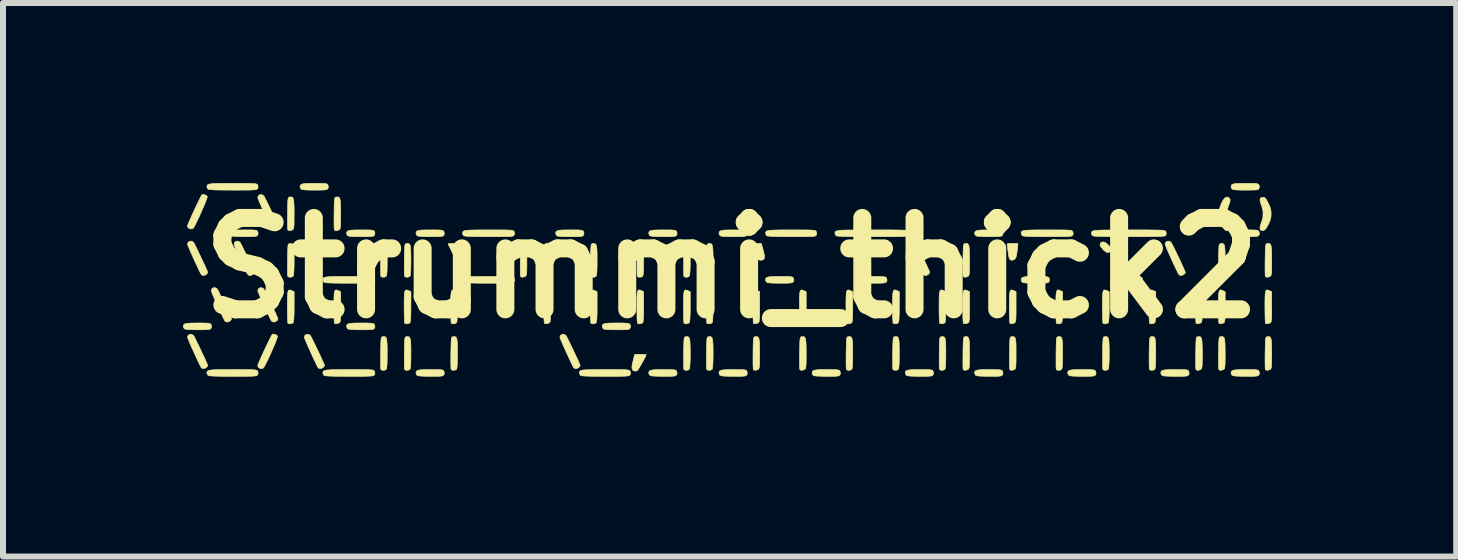
<source format=kicad_pcb>
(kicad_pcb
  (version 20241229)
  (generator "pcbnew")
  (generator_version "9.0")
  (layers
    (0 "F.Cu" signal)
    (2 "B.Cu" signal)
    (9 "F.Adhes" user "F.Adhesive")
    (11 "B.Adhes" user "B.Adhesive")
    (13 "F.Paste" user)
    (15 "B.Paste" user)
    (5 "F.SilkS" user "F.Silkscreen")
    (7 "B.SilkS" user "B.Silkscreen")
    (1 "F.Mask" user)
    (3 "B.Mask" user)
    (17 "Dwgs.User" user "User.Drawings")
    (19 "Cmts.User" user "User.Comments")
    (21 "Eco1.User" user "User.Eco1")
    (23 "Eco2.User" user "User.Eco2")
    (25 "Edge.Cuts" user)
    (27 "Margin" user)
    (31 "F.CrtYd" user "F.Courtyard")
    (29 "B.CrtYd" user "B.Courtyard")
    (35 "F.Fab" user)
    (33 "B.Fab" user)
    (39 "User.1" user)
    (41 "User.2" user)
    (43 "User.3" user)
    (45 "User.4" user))
  (footprint "Strummi_thick2"
    (layer "F.Cu")
    (at 9.149 1.418)
    (property "Reference" "Strummi_thick2" (at 0 0 0) (layer "F.SilkS") (effects (font (size 1.524 1.524) (thickness 0.3))))
    (attr through_hole)
    (fp_poly (pts (xy 1.944 -0.429) (xy 1.988 -0.397) (xy 2.003 -0.383) (xy 2.04 -0.346) (xy 2.057 -0.319) (xy 2.055 -0.298) (xy 2.038 -0.276) (xy 2.008 -0.257) (xy 1.975 -0.261) (xy 1.935 -0.288) (xy 1.915 -0.308) (xy 1.878 -0.351) (xy 1.864 -0.384) (xy 1.872 -0.411) (xy 1.88 -0.421) (xy 1.908 -0.436) (xy 1.944 -0.429)) (stroke (width 0.01) (type solid)) (fill yes) (layer "F.SilkS"))
    (fp_poly (pts (xy 6.219 -0.429) (xy 6.264 -0.397) (xy 6.279 -0.383) (xy 6.316 -0.346) (xy 6.332 -0.319) (xy 6.331 -0.298) (xy 6.314 -0.276) (xy 6.283 -0.257) (xy 6.251 -0.261) (xy 6.211 -0.288) (xy 6.191 -0.308) (xy 6.154 -0.351) (xy 6.14 -0.384) (xy 6.147 -0.411) (xy 6.155 -0.421) (xy 6.184 -0.436) (xy 6.219 -0.429)) (stroke (width 0.01) (type solid)) (fill yes) (layer "F.SilkS"))
    (fp_poly (pts (xy 4.763 -0.307) (xy 4.755 -0.251) (xy 4.746 -0.201) (xy 4.736 -0.17) (xy 4.736 -0.169) (xy 4.712 -0.141) (xy 4.679 -0.129) (xy 4.648 -0.134) (xy 4.631 -0.151) (xy 4.623 -0.178) (xy 4.614 -0.223) (xy 4.608 -0.268) (xy 4.602 -0.32) (xy 4.596 -0.362) (xy 4.591 -0.385) (xy 4.591 -0.398) (xy 4.602 -0.405) (xy 4.631 -0.409) (xy 4.678 -0.409) (xy 4.772 -0.409) (xy 4.763 -0.307)) (stroke (width 0.01) (type solid)) (fill yes) (layer "F.SilkS"))
    (fp_poly (pts (xy -4.524 -0.338) (xy -4.503 -0.262) (xy -4.492 -0.208) (xy -4.492 -0.172) (xy -4.501 -0.149) (xy -4.502 -0.148) (xy -4.531 -0.131) (xy -4.567 -0.129) (xy -4.596 -0.143) (xy -4.597 -0.145) (xy -4.609 -0.164) (xy -4.628 -0.2) (xy -4.653 -0.246) (xy -4.678 -0.297) (xy -4.701 -0.344) (xy -4.719 -0.38) (xy -4.727 -0.401) (xy -4.727 -0.402) (xy -4.714 -0.406) (xy -4.681 -0.408) (xy -4.636 -0.409) (xy -4.545 -0.409) (xy -4.524 -0.338)) (stroke (width 0.01) (type solid)) (fill yes) (layer "F.SilkS"))
    (fp_poly (pts (xy -1.473 1.44) (xy -1.439 1.443) (xy -1.425 1.446) (xy -1.425 1.447) (xy -1.432 1.464) (xy -1.449 1.499) (xy -1.474 1.545) (xy -1.502 1.595) (xy -1.529 1.643) (xy -1.553 1.683) (xy -1.569 1.707) (xy -1.573 1.711) (xy -1.608 1.721) (xy -1.643 1.709) (xy -1.648 1.705) (xy -1.66 1.685) (xy -1.664 1.656) (xy -1.659 1.612) (xy -1.644 1.548) (xy -1.641 1.535) (xy -1.617 1.439) (xy -1.521 1.439) (xy -1.473 1.44)) (stroke (width 0.01) (type solid)) (fill yes) (layer "F.SilkS"))
    (fp_poly (pts (xy 0.514 -0.338) (xy 0.535 -0.262) (xy 0.545 -0.208) (xy 0.546 -0.172) (xy 0.537 -0.149) (xy 0.536 -0.148) (xy 0.507 -0.131) (xy 0.471 -0.129) (xy 0.442 -0.143) (xy 0.441 -0.145) (xy 0.429 -0.164) (xy 0.409 -0.2) (xy 0.385 -0.246) (xy 0.359 -0.297) (xy 0.336 -0.344) (xy 0.319 -0.38) (xy 0.311 -0.401) (xy 0.31 -0.402) (xy 0.323 -0.406) (xy 0.357 -0.408) (xy 0.402 -0.409) (xy 0.493 -0.409) (xy 0.514 -0.338)) (stroke (width 0.01) (type solid)) (fill yes) (layer "F.SilkS"))
    (fp_poly (pts (xy -7.348 0.371) (xy -7.33 0.379) (xy -7.295 0.395) (xy -7.295 0.646) (xy -7.296 0.749) (xy -7.299 0.825) (xy -7.303 0.878) (xy -7.308 0.907) (xy -7.312 0.914) (xy -7.339 0.928) (xy -7.374 0.931) (xy -7.399 0.922) (xy -7.399 0.922) (xy -7.402 0.905) (xy -7.404 0.865) (xy -7.406 0.806) (xy -7.408 0.732) (xy -7.408 0.649) (xy -7.408 0.646) (xy -7.408 0.547) (xy -7.406 0.472) (xy -7.403 0.42) (xy -7.396 0.387) (xy -7.385 0.37) (xy -7.37 0.365) (xy -7.348 0.371)) (stroke (width 0.01) (type solid)) (fill yes) (layer "F.SilkS"))
    (fp_poly (pts (xy -5.401 0.371) (xy -5.382 0.379) (xy -5.348 0.395) (xy -5.348 0.646) (xy -5.349 0.749) (xy -5.351 0.825) (xy -5.355 0.878) (xy -5.361 0.907) (xy -5.365 0.914) (xy -5.392 0.928) (xy -5.426 0.931) (xy -5.451 0.922) (xy -5.452 0.922) (xy -5.455 0.905) (xy -5.457 0.865) (xy -5.459 0.806) (xy -5.46 0.732) (xy -5.461 0.649) (xy -5.461 0.646) (xy -5.461 0.547) (xy -5.459 0.472) (xy -5.455 0.42) (xy -5.449 0.387) (xy -5.438 0.37) (xy -5.422 0.365) (xy -5.401 0.371)) (stroke (width 0.01) (type solid)) (fill yes) (layer "F.SilkS"))
    (fp_poly (pts (xy -4.625 0.371) (xy -4.606 0.379) (xy -4.572 0.395) (xy -4.572 0.646) (xy -4.573 0.749) (xy -4.575 0.825) (xy -4.579 0.878) (xy -4.585 0.907) (xy -4.589 0.914) (xy -4.616 0.928) (xy -4.65 0.931) (xy -4.675 0.922) (xy -4.675 0.922) (xy -4.678 0.905) (xy -4.681 0.865) (xy -4.683 0.806) (xy -4.684 0.732) (xy -4.685 0.649) (xy -4.685 0.646) (xy -4.685 0.547) (xy -4.683 0.472) (xy -4.679 0.42) (xy -4.672 0.387) (xy -4.662 0.37) (xy -4.646 0.365) (xy -4.625 0.371)) (stroke (width 0.01) (type solid)) (fill yes) (layer "F.SilkS"))
    (fp_poly (pts (xy -2.296 0.371) (xy -2.278 0.379) (xy -2.244 0.395) (xy -2.244 0.646) (xy -2.244 0.749) (xy -2.247 0.825) (xy -2.251 0.878) (xy -2.257 0.907) (xy -2.261 0.914) (xy -2.288 0.928) (xy -2.322 0.931) (xy -2.347 0.922) (xy -2.347 0.922) (xy -2.35 0.905) (xy -2.353 0.865) (xy -2.355 0.806) (xy -2.356 0.732) (xy -2.357 0.649) (xy -2.357 0.646) (xy -2.356 0.547) (xy -2.355 0.472) (xy -2.351 0.42) (xy -2.344 0.387) (xy -2.333 0.37) (xy -2.318 0.365) (xy -2.296 0.371)) (stroke (width 0.01) (type solid)) (fill yes) (layer "F.SilkS"))
    (fp_poly (pts (xy -1.52 0.371) (xy -1.502 0.379) (xy -1.468 0.395) (xy -1.468 0.646) (xy -1.468 0.749) (xy -1.471 0.825) (xy -1.475 0.878) (xy -1.48 0.907) (xy -1.484 0.914) (xy -1.512 0.928) (xy -1.546 0.931) (xy -1.571 0.922) (xy -1.571 0.922) (xy -1.574 0.905) (xy -1.577 0.865) (xy -1.579 0.806) (xy -1.58 0.732) (xy -1.58 0.649) (xy -1.58 0.646) (xy -1.58 0.547) (xy -1.579 0.472) (xy -1.575 0.42) (xy -1.568 0.387) (xy -1.557 0.37) (xy -1.542 0.365) (xy -1.52 0.371)) (stroke (width 0.01) (type solid)) (fill yes) (layer "F.SilkS"))
    (fp_poly (pts (xy -0.744 0.371) (xy -0.726 0.379) (xy -0.691 0.395) (xy -0.691 0.646) (xy -0.692 0.749) (xy -0.695 0.825) (xy -0.699 0.878) (xy -0.704 0.907) (xy -0.708 0.914) (xy -0.735 0.928) (xy -0.77 0.931) (xy -0.795 0.922) (xy -0.795 0.922) (xy -0.798 0.905) (xy -0.8 0.865) (xy -0.802 0.806) (xy -0.804 0.732) (xy -0.804 0.649) (xy -0.804 0.646) (xy -0.804 0.547) (xy -0.802 0.472) (xy -0.799 0.42) (xy -0.792 0.387) (xy -0.781 0.37) (xy -0.766 0.365) (xy -0.744 0.371)) (stroke (width 0.01) (type solid)) (fill yes) (layer "F.SilkS"))
    (fp_poly (pts (xy -0.363 0.371) (xy -0.345 0.379) (xy -0.31 0.395) (xy -0.31 0.646) (xy -0.311 0.749) (xy -0.314 0.825) (xy -0.318 0.878) (xy -0.323 0.907) (xy -0.327 0.914) (xy -0.354 0.928) (xy -0.389 0.931) (xy -0.414 0.922) (xy -0.414 0.922) (xy -0.417 0.905) (xy -0.419 0.865) (xy -0.421 0.806) (xy -0.423 0.732) (xy -0.423 0.649) (xy -0.423 0.646) (xy -0.423 0.547) (xy -0.421 0.472) (xy -0.418 0.42) (xy -0.411 0.387) (xy -0.4 0.37) (xy -0.385 0.365) (xy -0.363 0.371)) (stroke (width 0.01) (type solid)) (fill yes) (layer "F.SilkS"))
    (fp_poly (pts (xy 1.965 0.371) (xy 1.984 0.379) (xy 2.018 0.395) (xy 2.018 0.646) (xy 2.017 0.749) (xy 2.015 0.825) (xy 2.011 0.878) (xy 2.005 0.907) (xy 2.001 0.914) (xy 1.974 0.928) (xy 1.94 0.931) (xy 1.915 0.922) (xy 1.914 0.922) (xy 1.911 0.905) (xy 1.909 0.865) (xy 1.907 0.806) (xy 1.906 0.732) (xy 1.905 0.649) (xy 1.905 0.646) (xy 1.905 0.547) (xy 1.907 0.472) (xy 1.911 0.42) (xy 1.917 0.387) (xy 1.928 0.37) (xy 1.944 0.365) (xy 1.965 0.371)) (stroke (width 0.01) (type solid)) (fill yes) (layer "F.SilkS"))
    (fp_poly (pts (xy 2.741 0.371) (xy 2.76 0.379) (xy 2.794 0.395) (xy 2.794 0.646) (xy 2.793 0.749) (xy 2.791 0.825) (xy 2.787 0.878) (xy 2.781 0.907) (xy 2.777 0.914) (xy 2.75 0.928) (xy 2.716 0.931) (xy 2.691 0.922) (xy 2.691 0.922) (xy 2.688 0.905) (xy 2.685 0.865) (xy 2.683 0.806) (xy 2.682 0.732) (xy 2.681 0.649) (xy 2.681 0.646) (xy 2.681 0.547) (xy 2.683 0.472) (xy 2.687 0.42) (xy 2.694 0.387) (xy 2.704 0.37) (xy 2.72 0.365) (xy 2.741 0.371)) (stroke (width 0.01) (type solid)) (fill yes) (layer "F.SilkS"))
    (fp_poly (pts (xy 3.517 0.371) (xy 3.536 0.379) (xy 3.57 0.395) (xy 3.57 0.646) (xy 3.569 0.749) (xy 3.567 0.825) (xy 3.563 0.878) (xy 3.557 0.907) (xy 3.553 0.914) (xy 3.526 0.928) (xy 3.492 0.931) (xy 3.467 0.922) (xy 3.467 0.922) (xy 3.464 0.905) (xy 3.461 0.865) (xy 3.459 0.806) (xy 3.458 0.732) (xy 3.457 0.649) (xy 3.457 0.646) (xy 3.458 0.547) (xy 3.459 0.472) (xy 3.463 0.42) (xy 3.47 0.387) (xy 3.48 0.37) (xy 3.496 0.365) (xy 3.517 0.371)) (stroke (width 0.01) (type solid)) (fill yes) (layer "F.SilkS"))
    (fp_poly (pts (xy 5.465 0.371) (xy 5.483 0.379) (xy 5.517 0.395) (xy 5.517 0.646) (xy 5.517 0.749) (xy 5.514 0.825) (xy 5.51 0.878) (xy 5.505 0.907) (xy 5.501 0.914) (xy 5.473 0.928) (xy 5.439 0.931) (xy 5.414 0.922) (xy 5.414 0.922) (xy 5.411 0.905) (xy 5.408 0.865) (xy 5.406 0.806) (xy 5.405 0.732) (xy 5.405 0.649) (xy 5.405 0.646) (xy 5.405 0.547) (xy 5.406 0.472) (xy 5.41 0.42) (xy 5.417 0.387) (xy 5.428 0.37) (xy 5.443 0.365) (xy 5.465 0.371)) (stroke (width 0.01) (type solid)) (fill yes) (layer "F.SilkS"))
    (fp_poly (pts (xy 6.241 0.371) (xy 6.259 0.379) (xy 6.294 0.395) (xy 6.294 0.646) (xy 6.293 0.749) (xy 6.29 0.825) (xy 6.286 0.878) (xy 6.281 0.907) (xy 6.277 0.914) (xy 6.25 0.928) (xy 6.215 0.931) (xy 6.19 0.922) (xy 6.19 0.922) (xy 6.187 0.905) (xy 6.185 0.865) (xy 6.183 0.806) (xy 6.181 0.732) (xy 6.181 0.649) (xy 6.181 0.646) (xy 6.181 0.547) (xy 6.183 0.472) (xy 6.186 0.42) (xy 6.193 0.387) (xy 6.204 0.37) (xy 6.219 0.365) (xy 6.241 0.371)) (stroke (width 0.01) (type solid)) (fill yes) (layer "F.SilkS"))
    (fp_poly (pts (xy 7.017 0.371) (xy 7.035 0.379) (xy 7.07 0.395) (xy 7.07 0.646) (xy 7.069 0.749) (xy 7.067 0.825) (xy 7.063 0.878) (xy 7.057 0.907) (xy 7.053 0.914) (xy 7.026 0.928) (xy 6.992 0.931) (xy 6.966 0.922) (xy 6.966 0.922) (xy 6.963 0.905) (xy 6.961 0.865) (xy 6.959 0.806) (xy 6.957 0.732) (xy 6.957 0.649) (xy 6.957 0.646) (xy 6.957 0.547) (xy 6.959 0.472) (xy 6.962 0.42) (xy 6.969 0.387) (xy 6.98 0.37) (xy 6.996 0.365) (xy 7.017 0.371)) (stroke (width 0.01) (type solid)) (fill yes) (layer "F.SilkS"))
    (fp_poly (pts (xy -6.572 0.371) (xy -6.554 0.379) (xy -6.519 0.395) (xy -6.519 0.648) (xy -6.52 0.739) (xy -6.52 0.806) (xy -6.522 0.852) (xy -6.526 0.882) (xy -6.531 0.901) (xy -6.539 0.911) (xy -6.547 0.917) (xy -6.587 0.93) (xy -6.618 0.926) (xy -6.623 0.922) (xy -6.626 0.905) (xy -6.628 0.865) (xy -6.63 0.806) (xy -6.632 0.732) (xy -6.632 0.649) (xy -6.632 0.646) (xy -6.632 0.547) (xy -6.63 0.472) (xy -6.627 0.42) (xy -6.62 0.387) (xy -6.609 0.37) (xy -6.593 0.365) (xy -6.572 0.371)) (stroke (width 0.01) (type solid)) (fill yes) (layer "F.SilkS"))
    (fp_poly (pts (xy -3.073 0.371) (xy -3.054 0.379) (xy -3.02 0.395) (xy -3.02 0.648) (xy -3.02 0.739) (xy -3.021 0.806) (xy -3.023 0.852) (xy -3.026 0.882) (xy -3.031 0.901) (xy -3.039 0.911) (xy -3.047 0.917) (xy -3.087 0.93) (xy -3.118 0.926) (xy -3.123 0.922) (xy -3.126 0.905) (xy -3.129 0.865) (xy -3.131 0.806) (xy -3.132 0.732) (xy -3.133 0.649) (xy -3.133 0.646) (xy -3.132 0.547) (xy -3.131 0.472) (xy -3.127 0.42) (xy -3.12 0.387) (xy -3.109 0.37) (xy -3.094 0.365) (xy -3.073 0.371)) (stroke (width 0.01) (type solid)) (fill yes) (layer "F.SilkS"))
    (fp_poly (pts (xy 0.413 0.371) (xy 0.431 0.379) (xy 0.466 0.395) (xy 0.466 0.648) (xy 0.465 0.739) (xy 0.465 0.806) (xy 0.463 0.852) (xy 0.459 0.882) (xy 0.454 0.901) (xy 0.446 0.911) (xy 0.438 0.917) (xy 0.398 0.93) (xy 0.367 0.926) (xy 0.362 0.922) (xy 0.359 0.905) (xy 0.357 0.865) (xy 0.355 0.806) (xy 0.353 0.732) (xy 0.353 0.649) (xy 0.353 0.646) (xy 0.353 0.547) (xy 0.355 0.472) (xy 0.358 0.42) (xy 0.365 0.387) (xy 0.376 0.37) (xy 0.392 0.365) (xy 0.413 0.371)) (stroke (width 0.01) (type solid)) (fill yes) (layer "F.SilkS"))
    (fp_poly (pts (xy 1.189 0.371) (xy 1.207 0.379) (xy 1.242 0.395) (xy 1.242 0.648) (xy 1.242 0.739) (xy 1.241 0.806) (xy 1.239 0.852) (xy 1.235 0.882) (xy 1.23 0.901) (xy 1.223 0.911) (xy 1.214 0.917) (xy 1.174 0.93) (xy 1.143 0.926) (xy 1.138 0.922) (xy 1.135 0.905) (xy 1.133 0.865) (xy 1.131 0.806) (xy 1.129 0.732) (xy 1.129 0.649) (xy 1.129 0.646) (xy 1.129 0.547) (xy 1.131 0.472) (xy 1.135 0.42) (xy 1.141 0.387) (xy 1.152 0.37) (xy 1.168 0.365) (xy 1.189 0.371)) (stroke (width 0.01) (type solid)) (fill yes) (layer "F.SilkS"))
    (fp_poly (pts (xy 3.912 0.371) (xy 3.931 0.379) (xy 3.965 0.395) (xy 3.965 0.648) (xy 3.965 0.739) (xy 3.964 0.806) (xy 3.962 0.852) (xy 3.959 0.882) (xy 3.954 0.901) (xy 3.946 0.911) (xy 3.938 0.917) (xy 3.898 0.93) (xy 3.867 0.926) (xy 3.862 0.922) (xy 3.859 0.905) (xy 3.856 0.865) (xy 3.854 0.806) (xy 3.853 0.732) (xy 3.852 0.649) (xy 3.852 0.646) (xy 3.853 0.547) (xy 3.854 0.472) (xy 3.858 0.42) (xy 3.865 0.387) (xy 3.876 0.37) (xy 3.891 0.365) (xy 3.912 0.371)) (stroke (width 0.01) (type solid)) (fill yes) (layer "F.SilkS"))
    (fp_poly (pts (xy 4.689 0.371) (xy 4.707 0.379) (xy 4.741 0.395) (xy 4.741 0.648) (xy 4.741 0.739) (xy 4.74 0.806) (xy 4.738 0.852) (xy 4.735 0.882) (xy 4.73 0.901) (xy 4.722 0.911) (xy 4.714 0.917) (xy 4.674 0.93) (xy 4.643 0.926) (xy 4.638 0.922) (xy 4.635 0.905) (xy 4.632 0.865) (xy 4.63 0.806) (xy 4.629 0.732) (xy 4.628 0.649) (xy 4.628 0.646) (xy 4.629 0.547) (xy 4.63 0.472) (xy 4.634 0.42) (xy 4.641 0.387) (xy 4.652 0.37) (xy 4.667 0.365) (xy 4.689 0.371)) (stroke (width 0.01) (type solid)) (fill yes) (layer "F.SilkS"))
    (fp_poly (pts (xy 7.793 0.371) (xy 7.811 0.379) (xy 7.846 0.395) (xy 7.846 0.648) (xy 7.846 0.739) (xy 7.845 0.806) (xy 7.843 0.852) (xy 7.839 0.882) (xy 7.834 0.901) (xy 7.827 0.911) (xy 7.818 0.917) (xy 7.778 0.93) (xy 7.747 0.926) (xy 7.742 0.922) (xy 7.739 0.905) (xy 7.737 0.865) (xy 7.735 0.806) (xy 7.733 0.732) (xy 7.733 0.649) (xy 7.733 0.646) (xy 7.733 0.547) (xy 7.735 0.472) (xy 7.739 0.42) (xy 7.745 0.387) (xy 7.756 0.37) (xy 7.772 0.365) (xy 7.793 0.371)) (stroke (width 0.01) (type solid)) (fill yes) (layer "F.SilkS"))
    (fp_poly (pts (xy 8.174 0.371) (xy 8.192 0.379) (xy 8.227 0.395) (xy 8.227 0.648) (xy 8.227 0.739) (xy 8.226 0.806) (xy 8.224 0.852) (xy 8.22 0.882) (xy 8.215 0.901) (xy 8.208 0.911) (xy 8.199 0.917) (xy 8.159 0.93) (xy 8.128 0.926) (xy 8.123 0.922) (xy 8.12 0.905) (xy 8.118 0.865) (xy 8.116 0.806) (xy 8.114 0.732) (xy 8.114 0.649) (xy 8.114 0.646) (xy 8.114 0.547) (xy 8.116 0.472) (xy 8.12 0.42) (xy 8.126 0.387) (xy 8.137 0.37) (xy 8.153 0.365) (xy 8.174 0.371)) (stroke (width 0.01) (type solid)) (fill yes) (layer "F.SilkS"))
    (fp_poly (pts (xy 8.95 0.371) (xy 8.969 0.379) (xy 9.003 0.395) (xy 9.003 0.648) (xy 9.003 0.739) (xy 9.002 0.806) (xy 9 0.852) (xy 8.997 0.882) (xy 8.991 0.901) (xy 8.984 0.911) (xy 8.976 0.917) (xy 8.935 0.93) (xy 8.904 0.926) (xy 8.899 0.922) (xy 8.896 0.905) (xy 8.894 0.865) (xy 8.892 0.806) (xy 8.891 0.732) (xy 8.89 0.649) (xy 8.89 0.646) (xy 8.89 0.547) (xy 8.892 0.472) (xy 8.896 0.42) (xy 8.902 0.387) (xy 8.913 0.37) (xy 8.929 0.365) (xy 8.95 0.371)) (stroke (width 0.01) (type solid)) (fill yes) (layer "F.SilkS"))
    (fp_poly (pts (xy -8.821 0.917) (xy -8.763 0.919) (xy -8.725 0.921) (xy -8.701 0.926) (xy -8.688 0.933) (xy -8.679 0.943) (xy -8.678 0.945) (xy -8.671 0.982) (xy -8.678 1.002) (xy -8.686 1.013) (xy -8.699 1.021) (xy -8.72 1.026) (xy -8.756 1.028) (xy -8.81 1.03) (xy -8.887 1.03) (xy -8.902 1.03) (xy -8.997 1.029) (xy -9.065 1.026) (xy -9.109 1.02) (xy -9.127 1.013) (xy -9.142 0.985) (xy -9.144 0.974) (xy -9.141 0.953) (xy -9.13 0.938) (xy -9.106 0.928) (xy -9.067 0.922) (xy -9.008 0.918) (xy -8.926 0.917) (xy -8.902 0.917) (xy -8.821 0.917)) (stroke (width 0.01) (type solid)) (fill yes) (layer "F.SilkS"))
    (fp_poly (pts (xy -8.045 -0.635) (xy -7.987 -0.634) (xy -7.949 -0.631) (xy -7.925 -0.626) (xy -7.911 -0.619) (xy -7.903 -0.609) (xy -7.902 -0.607) (xy -7.895 -0.571) (xy -7.902 -0.55) (xy -7.91 -0.539) (xy -7.922 -0.532) (xy -7.944 -0.527) (xy -7.98 -0.524) (xy -8.034 -0.522) (xy -8.111 -0.522) (xy -8.126 -0.522) (xy -8.221 -0.523) (xy -8.289 -0.526) (xy -8.332 -0.532) (xy -8.351 -0.539) (xy -8.366 -0.567) (xy -8.368 -0.579) (xy -8.365 -0.599) (xy -8.354 -0.614) (xy -8.33 -0.624) (xy -8.291 -0.631) (xy -8.232 -0.634) (xy -8.15 -0.635) (xy -8.126 -0.635) (xy -8.045 -0.635)) (stroke (width 0.01) (type solid)) (fill yes) (layer "F.SilkS"))
    (fp_poly (pts (xy -6.873 -1.411) (xy -6.816 -1.41) (xy -6.778 -1.407) (xy -6.754 -1.403) (xy -6.74 -1.395) (xy -6.732 -1.385) (xy -6.731 -1.383) (xy -6.724 -1.347) (xy -6.731 -1.326) (xy -6.739 -1.315) (xy -6.751 -1.308) (xy -6.773 -1.303) (xy -6.809 -1.3) (xy -6.863 -1.299) (xy -6.94 -1.298) (xy -6.954 -1.298) (xy -7.05 -1.299) (xy -7.118 -1.302) (xy -7.161 -1.308) (xy -7.18 -1.315) (xy -7.195 -1.343) (xy -7.197 -1.355) (xy -7.194 -1.375) (xy -7.183 -1.39) (xy -7.159 -1.401) (xy -7.12 -1.407) (xy -7.061 -1.41) (xy -6.978 -1.411) (xy -6.954 -1.411) (xy -6.873 -1.411)) (stroke (width 0.01) (type solid)) (fill yes) (layer "F.SilkS"))
    (fp_poly (pts (xy -6.097 -0.635) (xy -6.04 -0.634) (xy -6.002 -0.631) (xy -5.978 -0.626) (xy -5.964 -0.619) (xy -5.956 -0.609) (xy -5.955 -0.607) (xy -5.948 -0.571) (xy -5.955 -0.55) (xy -5.963 -0.539) (xy -5.975 -0.532) (xy -5.997 -0.527) (xy -6.033 -0.524) (xy -6.087 -0.522) (xy -6.164 -0.522) (xy -6.178 -0.522) (xy -6.274 -0.523) (xy -6.342 -0.526) (xy -6.385 -0.532) (xy -6.404 -0.539) (xy -6.419 -0.567) (xy -6.421 -0.579) (xy -6.418 -0.599) (xy -6.406 -0.614) (xy -6.383 -0.624) (xy -6.344 -0.631) (xy -6.285 -0.634) (xy -6.202 -0.635) (xy -6.178 -0.635) (xy -6.097 -0.635)) (stroke (width 0.01) (type solid)) (fill yes) (layer "F.SilkS"))
    (fp_poly (pts (xy -6.097 0.917) (xy -6.04 0.919) (xy -6.002 0.921) (xy -5.978 0.926) (xy -5.964 0.933) (xy -5.956 0.943) (xy -5.955 0.945) (xy -5.948 0.982) (xy -5.955 1.002) (xy -5.963 1.013) (xy -5.975 1.021) (xy -5.997 1.026) (xy -6.033 1.028) (xy -6.087 1.03) (xy -6.164 1.03) (xy -6.178 1.03) (xy -6.274 1.029) (xy -6.342 1.026) (xy -6.385 1.02) (xy -6.404 1.013) (xy -6.419 0.985) (xy -6.421 0.974) (xy -6.418 0.953) (xy -6.406 0.938) (xy -6.383 0.928) (xy -6.344 0.922) (xy -6.285 0.918) (xy -6.202 0.917) (xy -6.178 0.917) (xy -6.097 0.917)) (stroke (width 0.01) (type solid)) (fill yes) (layer "F.SilkS"))
    (fp_poly (pts (xy -4.94 -0.635) (xy -4.883 -0.634) (xy -4.844 -0.631) (xy -4.821 -0.626) (xy -4.807 -0.619) (xy -4.799 -0.609) (xy -4.798 -0.607) (xy -4.79 -0.571) (xy -4.798 -0.55) (xy -4.805 -0.539) (xy -4.818 -0.532) (xy -4.84 -0.527) (xy -4.875 -0.524) (xy -4.93 -0.522) (xy -5.007 -0.522) (xy -5.021 -0.522) (xy -5.116 -0.523) (xy -5.185 -0.526) (xy -5.228 -0.532) (xy -5.247 -0.539) (xy -5.262 -0.567) (xy -5.263 -0.579) (xy -5.261 -0.599) (xy -5.249 -0.614) (xy -5.226 -0.624) (xy -5.187 -0.631) (xy -5.128 -0.634) (xy -5.045 -0.635) (xy -5.021 -0.635) (xy -4.94 -0.635)) (stroke (width 0.01) (type solid)) (fill yes) (layer "F.SilkS"))
    (fp_poly (pts (xy -4.94 1.694) (xy -4.883 1.695) (xy -4.844 1.697) (xy -4.821 1.702) (xy -4.807 1.709) (xy -4.799 1.72) (xy -4.798 1.722) (xy -4.79 1.758) (xy -4.798 1.778) (xy -4.805 1.789) (xy -4.818 1.797) (xy -4.84 1.802) (xy -4.875 1.805) (xy -4.93 1.806) (xy -5.007 1.806) (xy -5.021 1.806) (xy -5.116 1.805) (xy -5.185 1.802) (xy -5.228 1.797) (xy -5.247 1.789) (xy -5.262 1.762) (xy -5.263 1.75) (xy -5.261 1.729) (xy -5.249 1.714) (xy -5.226 1.704) (xy -5.187 1.698) (xy -5.128 1.694) (xy -5.045 1.693) (xy -5.021 1.693) (xy -4.94 1.694)) (stroke (width 0.01) (type solid)) (fill yes) (layer "F.SilkS"))
    (fp_poly (pts (xy -2.612 -0.635) (xy -2.554 -0.634) (xy -2.516 -0.631) (xy -2.492 -0.626) (xy -2.479 -0.619) (xy -2.471 -0.609) (xy -2.469 -0.607) (xy -2.462 -0.571) (xy -2.469 -0.55) (xy -2.477 -0.539) (xy -2.49 -0.532) (xy -2.511 -0.527) (xy -2.547 -0.524) (xy -2.601 -0.522) (xy -2.678 -0.522) (xy -2.693 -0.522) (xy -2.788 -0.523) (xy -2.857 -0.526) (xy -2.9 -0.532) (xy -2.918 -0.539) (xy -2.933 -0.567) (xy -2.935 -0.579) (xy -2.932 -0.599) (xy -2.921 -0.614) (xy -2.898 -0.624) (xy -2.858 -0.631) (xy -2.799 -0.634) (xy -2.717 -0.635) (xy -2.693 -0.635) (xy -2.612 -0.635)) (stroke (width 0.01) (type solid)) (fill yes) (layer "F.SilkS"))
    (fp_poly (pts (xy -1.836 0.917) (xy -1.778 0.919) (xy -1.74 0.921) (xy -1.716 0.926) (xy -1.703 0.933) (xy -1.694 0.943) (xy -1.693 0.945) (xy -1.686 0.982) (xy -1.693 1.002) (xy -1.701 1.013) (xy -1.714 1.021) (xy -1.735 1.026) (xy -1.771 1.028) (xy -1.825 1.03) (xy -1.902 1.03) (xy -1.917 1.03) (xy -2.012 1.029) (xy -2.08 1.026) (xy -2.124 1.02) (xy -2.142 1.013) (xy -2.157 0.985) (xy -2.159 0.974) (xy -2.156 0.953) (xy -2.145 0.938) (xy -2.121 0.928) (xy -2.082 0.922) (xy -2.023 0.918) (xy -1.941 0.917) (xy -1.917 0.917) (xy -1.836 0.917)) (stroke (width 0.01) (type solid)) (fill yes) (layer "F.SilkS"))
    (fp_poly (pts (xy -1.06 -0.635) (xy -1.002 -0.634) (xy -0.964 -0.631) (xy -0.94 -0.626) (xy -0.926 -0.619) (xy -0.918 -0.609) (xy -0.917 -0.607) (xy -0.91 -0.571) (xy -0.917 -0.55) (xy -0.925 -0.539) (xy -0.937 -0.532) (xy -0.959 -0.527) (xy -0.995 -0.524) (xy -1.049 -0.522) (xy -1.126 -0.522) (xy -1.141 -0.522) (xy -1.236 -0.523) (xy -1.304 -0.526) (xy -1.347 -0.532) (xy -1.366 -0.539) (xy -1.381 -0.567) (xy -1.383 -0.579) (xy -1.38 -0.599) (xy -1.369 -0.614) (xy -1.345 -0.624) (xy -1.306 -0.631) (xy -1.247 -0.634) (xy -1.165 -0.635) (xy -1.141 -0.635) (xy -1.06 -0.635)) (stroke (width 0.01) (type solid)) (fill yes) (layer "F.SilkS"))
    (fp_poly (pts (xy -1.06 1.694) (xy -1.002 1.695) (xy -0.964 1.697) (xy -0.94 1.702) (xy -0.926 1.709) (xy -0.918 1.72) (xy -0.917 1.722) (xy -0.91 1.758) (xy -0.917 1.778) (xy -0.925 1.789) (xy -0.937 1.797) (xy -0.959 1.802) (xy -0.995 1.805) (xy -1.049 1.806) (xy -1.126 1.806) (xy -1.141 1.806) (xy -1.236 1.805) (xy -1.304 1.802) (xy -1.347 1.797) (xy -1.366 1.789) (xy -1.381 1.762) (xy -1.383 1.75) (xy -1.38 1.729) (xy -1.369 1.714) (xy -1.345 1.704) (xy -1.306 1.698) (xy -1.247 1.694) (xy -1.165 1.693) (xy -1.141 1.693) (xy -1.06 1.694)) (stroke (width 0.01) (type solid)) (fill yes) (layer "F.SilkS"))
    (fp_poly (pts (xy 0.112 -0.635) (xy 0.169 -0.634) (xy 0.207 -0.631) (xy 0.231 -0.626) (xy 0.245 -0.619) (xy 0.253 -0.609) (xy 0.254 -0.607) (xy 0.261 -0.571) (xy 0.254 -0.55) (xy 0.246 -0.539) (xy 0.234 -0.532) (xy 0.212 -0.527) (xy 0.176 -0.524) (xy 0.122 -0.522) (xy 0.045 -0.522) (xy 0.031 -0.522) (xy -0.065 -0.523) (xy -0.133 -0.526) (xy -0.176 -0.532) (xy -0.195 -0.539) (xy -0.21 -0.567) (xy -0.212 -0.579) (xy -0.209 -0.599) (xy -0.198 -0.614) (xy -0.174 -0.624) (xy -0.135 -0.631) (xy -0.076 -0.634) (xy 0.007 -0.635) (xy 0.031 -0.635) (xy 0.112 -0.635)) (stroke (width 0.01) (type solid)) (fill yes) (layer "F.SilkS"))
    (fp_poly (pts (xy 0.112 1.694) (xy 0.169 1.695) (xy 0.207 1.697) (xy 0.231 1.702) (xy 0.245 1.709) (xy 0.253 1.72) (xy 0.254 1.722) (xy 0.261 1.758) (xy 0.254 1.778) (xy 0.246 1.789) (xy 0.234 1.797) (xy 0.212 1.802) (xy 0.176 1.805) (xy 0.122 1.806) (xy 0.045 1.806) (xy 0.031 1.806) (xy -0.065 1.805) (xy -0.133 1.802) (xy -0.176 1.797) (xy -0.195 1.789) (xy -0.21 1.762) (xy -0.212 1.75) (xy -0.209 1.729) (xy -0.198 1.714) (xy -0.174 1.704) (xy -0.135 1.698) (xy -0.076 1.694) (xy 0.007 1.693) (xy 0.031 1.693) (xy 0.112 1.694)) (stroke (width 0.01) (type solid)) (fill yes) (layer "F.SilkS"))
    (fp_poly (pts (xy 0.888 0.141) (xy 0.945 0.142) (xy 0.983 0.145) (xy 1.007 0.15) (xy 1.021 0.157) (xy 1.029 0.167) (xy 1.03 0.169) (xy 1.037 0.205) (xy 1.03 0.226) (xy 1.022 0.237) (xy 1.01 0.244) (xy 0.988 0.249) (xy 0.952 0.252) (xy 0.898 0.254) (xy 0.821 0.254) (xy 0.807 0.254) (xy 0.711 0.253) (xy 0.643 0.25) (xy 0.6 0.244) (xy 0.581 0.237) (xy 0.566 0.209) (xy 0.564 0.198) (xy 0.567 0.177) (xy 0.579 0.162) (xy 0.602 0.152) (xy 0.641 0.145) (xy 0.7 0.142) (xy 0.783 0.141) (xy 0.807 0.141) (xy 0.888 0.141)) (stroke (width 0.01) (type solid)) (fill yes) (layer "F.SilkS"))
    (fp_poly (pts (xy 1.664 1.694) (xy 1.721 1.695) (xy 1.76 1.697) (xy 1.783 1.702) (xy 1.797 1.709) (xy 1.805 1.72) (xy 1.806 1.722) (xy 1.814 1.758) (xy 1.806 1.778) (xy 1.799 1.789) (xy 1.786 1.797) (xy 1.764 1.802) (xy 1.729 1.805) (xy 1.674 1.806) (xy 1.597 1.806) (xy 1.583 1.806) (xy 1.488 1.805) (xy 1.419 1.802) (xy 1.376 1.797) (xy 1.357 1.789) (xy 1.342 1.762) (xy 1.341 1.75) (xy 1.343 1.729) (xy 1.355 1.714) (xy 1.378 1.704) (xy 1.417 1.698) (xy 1.476 1.694) (xy 1.559 1.693) (xy 1.583 1.693) (xy 1.664 1.694)) (stroke (width 0.01) (type solid)) (fill yes) (layer "F.SilkS"))
    (fp_poly (pts (xy 2.44 0.141) (xy 2.497 0.142) (xy 2.536 0.145) (xy 2.559 0.15) (xy 2.573 0.157) (xy 2.581 0.167) (xy 2.582 0.169) (xy 2.59 0.205) (xy 2.582 0.226) (xy 2.575 0.237) (xy 2.562 0.244) (xy 2.54 0.249) (xy 2.505 0.252) (xy 2.451 0.254) (xy 2.374 0.254) (xy 2.359 0.254) (xy 2.264 0.253) (xy 2.195 0.25) (xy 2.152 0.244) (xy 2.134 0.237) (xy 2.118 0.209) (xy 2.117 0.198) (xy 2.12 0.177) (xy 2.131 0.162) (xy 2.154 0.152) (xy 2.194 0.145) (xy 2.253 0.142) (xy 2.335 0.141) (xy 2.359 0.141) (xy 2.44 0.141)) (stroke (width 0.01) (type solid)) (fill yes) (layer "F.SilkS"))
    (fp_poly (pts (xy 3.216 1.694) (xy 3.274 1.695) (xy 3.312 1.697) (xy 3.336 1.702) (xy 3.349 1.709) (xy 3.357 1.72) (xy 3.358 1.722) (xy 3.366 1.758) (xy 3.358 1.778) (xy 3.351 1.789) (xy 3.338 1.797) (xy 3.316 1.802) (xy 3.281 1.805) (xy 3.227 1.806) (xy 3.15 1.806) (xy 3.135 1.806) (xy 3.04 1.805) (xy 2.971 1.802) (xy 2.928 1.797) (xy 2.91 1.789) (xy 2.895 1.762) (xy 2.893 1.75) (xy 2.896 1.729) (xy 2.907 1.714) (xy 2.93 1.704) (xy 2.97 1.698) (xy 3.029 1.694) (xy 3.111 1.693) (xy 3.135 1.693) (xy 3.216 1.694)) (stroke (width 0.01) (type solid)) (fill yes) (layer "F.SilkS"))
    (fp_poly (pts (xy 4.373 -0.635) (xy 4.431 -0.634) (xy 4.469 -0.631) (xy 4.493 -0.626) (xy 4.506 -0.619) (xy 4.514 -0.609) (xy 4.516 -0.607) (xy 4.523 -0.571) (xy 4.516 -0.55) (xy 4.508 -0.539) (xy 4.495 -0.532) (xy 4.474 -0.527) (xy 4.438 -0.524) (xy 4.384 -0.522) (xy 4.307 -0.522) (xy 4.292 -0.522) (xy 4.197 -0.523) (xy 4.128 -0.526) (xy 4.085 -0.532) (xy 4.067 -0.539) (xy 4.052 -0.567) (xy 4.05 -0.579) (xy 4.053 -0.599) (xy 4.064 -0.614) (xy 4.087 -0.624) (xy 4.127 -0.631) (xy 4.186 -0.634) (xy 4.268 -0.635) (xy 4.292 -0.635) (xy 4.373 -0.635)) (stroke (width 0.01) (type solid)) (fill yes) (layer "F.SilkS"))
    (fp_poly (pts (xy 4.373 1.694) (xy 4.431 1.695) (xy 4.469 1.697) (xy 4.493 1.702) (xy 4.506 1.709) (xy 4.514 1.72) (xy 4.516 1.722) (xy 4.523 1.758) (xy 4.516 1.778) (xy 4.508 1.789) (xy 4.495 1.797) (xy 4.474 1.802) (xy 4.438 1.805) (xy 4.384 1.806) (xy 4.307 1.806) (xy 4.292 1.806) (xy 4.197 1.805) (xy 4.128 1.802) (xy 4.085 1.797) (xy 4.067 1.789) (xy 4.052 1.762) (xy 4.05 1.75) (xy 4.053 1.729) (xy 4.064 1.714) (xy 4.087 1.704) (xy 4.127 1.698) (xy 4.186 1.694) (xy 4.268 1.693) (xy 4.292 1.693) (xy 4.373 1.694)) (stroke (width 0.01) (type solid)) (fill yes) (layer "F.SilkS"))
    (fp_poly (pts (xy 5.149 0.141) (xy 5.207 0.142) (xy 5.245 0.145) (xy 5.269 0.15) (xy 5.282 0.157) (xy 5.291 0.167) (xy 5.292 0.169) (xy 5.299 0.205) (xy 5.292 0.226) (xy 5.284 0.237) (xy 5.271 0.244) (xy 5.25 0.249) (xy 5.214 0.252) (xy 5.16 0.254) (xy 5.083 0.254) (xy 5.068 0.254) (xy 4.973 0.253) (xy 4.905 0.25) (xy 4.861 0.244) (xy 4.843 0.237) (xy 4.828 0.209) (xy 4.826 0.198) (xy 4.829 0.177) (xy 4.84 0.162) (xy 4.864 0.152) (xy 4.903 0.145) (xy 4.962 0.142) (xy 5.044 0.141) (xy 5.068 0.141) (xy 5.149 0.141)) (stroke (width 0.01) (type solid)) (fill yes) (layer "F.SilkS"))
    (fp_poly (pts (xy 5.925 1.694) (xy 5.983 1.695) (xy 6.021 1.697) (xy 6.045 1.702) (xy 6.059 1.709) (xy 6.067 1.72) (xy 6.068 1.722) (xy 6.075 1.758) (xy 6.068 1.778) (xy 6.06 1.789) (xy 6.048 1.797) (xy 6.026 1.802) (xy 5.99 1.805) (xy 5.936 1.806) (xy 5.859 1.806) (xy 5.844 1.806) (xy 5.749 1.805) (xy 5.681 1.802) (xy 5.638 1.797) (xy 5.619 1.789) (xy 5.604 1.762) (xy 5.602 1.75) (xy 5.605 1.729) (xy 5.616 1.714) (xy 5.64 1.704) (xy 5.679 1.698) (xy 5.738 1.694) (xy 5.82 1.693) (xy 5.844 1.693) (xy 5.925 1.694)) (stroke (width 0.01) (type solid)) (fill yes) (layer "F.SilkS"))
    (fp_poly (pts (xy 6.702 0.141) (xy 6.759 0.142) (xy 6.797 0.145) (xy 6.821 0.15) (xy 6.835 0.157) (xy 6.843 0.167) (xy 6.844 0.169) (xy 6.851 0.205) (xy 6.844 0.226) (xy 6.836 0.237) (xy 6.824 0.244) (xy 6.802 0.249) (xy 6.766 0.252) (xy 6.712 0.254) (xy 6.635 0.254) (xy 6.62 0.254) (xy 6.525 0.253) (xy 6.457 0.25) (xy 6.414 0.244) (xy 6.395 0.237) (xy 6.38 0.209) (xy 6.378 0.198) (xy 6.381 0.177) (xy 6.392 0.162) (xy 6.416 0.152) (xy 6.455 0.145) (xy 6.514 0.142) (xy 6.597 0.141) (xy 6.62 0.141) (xy 6.702 0.141)) (stroke (width 0.01) (type solid)) (fill yes) (layer "F.SilkS"))
    (fp_poly (pts (xy 7.478 1.694) (xy 7.535 1.695) (xy 7.573 1.697) (xy 7.597 1.702) (xy 7.611 1.709) (xy 7.619 1.72) (xy 7.62 1.722) (xy 7.627 1.758) (xy 7.62 1.778) (xy 7.612 1.789) (xy 7.6 1.797) (xy 7.578 1.802) (xy 7.542 1.805) (xy 7.488 1.806) (xy 7.411 1.806) (xy 7.397 1.806) (xy 7.301 1.805) (xy 7.233 1.802) (xy 7.19 1.797) (xy 7.171 1.789) (xy 7.156 1.762) (xy 7.154 1.75) (xy 7.157 1.729) (xy 7.168 1.714) (xy 7.192 1.704) (xy 7.231 1.698) (xy 7.29 1.694) (xy 7.373 1.693) (xy 7.397 1.693) (xy 7.478 1.694)) (stroke (width 0.01) (type solid)) (fill yes) (layer "F.SilkS"))
    (fp_poly (pts (xy 8.649 -1.411) (xy 8.706 -1.41) (xy 8.745 -1.407) (xy 8.768 -1.403) (xy 8.782 -1.395) (xy 8.79 -1.385) (xy 8.791 -1.383) (xy 8.799 -1.347) (xy 8.791 -1.326) (xy 8.784 -1.315) (xy 8.771 -1.308) (xy 8.749 -1.303) (xy 8.714 -1.3) (xy 8.659 -1.299) (xy 8.582 -1.298) (xy 8.568 -1.298) (xy 8.473 -1.299) (xy 8.404 -1.302) (xy 8.361 -1.308) (xy 8.342 -1.315) (xy 8.327 -1.343) (xy 8.326 -1.355) (xy 8.328 -1.375) (xy 8.34 -1.39) (xy 8.363 -1.401) (xy 8.402 -1.407) (xy 8.461 -1.41) (xy 8.544 -1.411) (xy 8.568 -1.411) (xy 8.649 -1.411)) (stroke (width 0.01) (type solid)) (fill yes) (layer "F.SilkS"))
    (fp_poly (pts (xy 8.649 -0.635) (xy 8.706 -0.634) (xy 8.745 -0.631) (xy 8.768 -0.626) (xy 8.782 -0.619) (xy 8.79 -0.609) (xy 8.791 -0.607) (xy 8.799 -0.571) (xy 8.791 -0.55) (xy 8.784 -0.539) (xy 8.771 -0.532) (xy 8.749 -0.527) (xy 8.714 -0.524) (xy 8.659 -0.522) (xy 8.582 -0.522) (xy 8.568 -0.522) (xy 8.473 -0.523) (xy 8.404 -0.526) (xy 8.361 -0.532) (xy 8.342 -0.539) (xy 8.327 -0.567) (xy 8.326 -0.579) (xy 8.328 -0.599) (xy 8.34 -0.614) (xy 8.363 -0.624) (xy 8.402 -0.631) (xy 8.461 -0.634) (xy 8.544 -0.635) (xy 8.568 -0.635) (xy 8.649 -0.635)) (stroke (width 0.01) (type solid)) (fill yes) (layer "F.SilkS"))
    (fp_poly (pts (xy 8.649 1.694) (xy 8.706 1.695) (xy 8.745 1.697) (xy 8.768 1.702) (xy 8.782 1.709) (xy 8.79 1.72) (xy 8.791 1.722) (xy 8.799 1.758) (xy 8.791 1.778) (xy 8.784 1.789) (xy 8.771 1.797) (xy 8.749 1.802) (xy 8.714 1.805) (xy 8.659 1.806) (xy 8.582 1.806) (xy 8.568 1.806) (xy 8.473 1.805) (xy 8.404 1.802) (xy 8.361 1.797) (xy 8.342 1.789) (xy 8.327 1.762) (xy 8.326 1.75) (xy 8.328 1.729) (xy 8.34 1.714) (xy 8.363 1.704) (xy 8.402 1.698) (xy 8.461 1.694) (xy 8.544 1.693) (xy 8.568 1.693) (xy 8.649 1.694)) (stroke (width 0.01) (type solid)) (fill yes) (layer "F.SilkS"))
    (fp_poly (pts (xy -7.326 -0.403) (xy -7.313 -0.388) (xy -7.304 -0.359) (xy -7.299 -0.313) (xy -7.296 -0.247) (xy -7.295 -0.157) (xy -7.295 -0.128) (xy -7.296 -0.026) (xy -7.299 0.051) (xy -7.303 0.102) (xy -7.309 0.131) (xy -7.312 0.138) (xy -7.339 0.152) (xy -7.372 0.154) (xy -7.397 0.144) (xy -7.402 0.137) (xy -7.404 0.118) (xy -7.405 0.075) (xy -7.406 0.014) (xy -7.406 -0.061) (xy -7.405 -0.142) (xy -7.404 -0.233) (xy -7.402 -0.3) (xy -7.4 -0.347) (xy -7.397 -0.377) (xy -7.391 -0.394) (xy -7.384 -0.403) (xy -7.374 -0.406) (xy -7.369 -0.407) (xy -7.344 -0.409) (xy -7.326 -0.403)) (stroke (width 0.01) (type solid)) (fill yes) (layer "F.SilkS"))
    (fp_poly (pts (xy -5.773 -0.403) (xy -5.76 -0.388) (xy -5.752 -0.359) (xy -5.747 -0.313) (xy -5.744 -0.247) (xy -5.743 -0.157) (xy -5.743 -0.128) (xy -5.744 -0.026) (xy -5.746 0.051) (xy -5.75 0.102) (xy -5.756 0.131) (xy -5.76 0.138) (xy -5.787 0.152) (xy -5.82 0.154) (xy -5.845 0.144) (xy -5.85 0.137) (xy -5.852 0.118) (xy -5.853 0.075) (xy -5.854 0.014) (xy -5.854 -0.061) (xy -5.853 -0.142) (xy -5.851 -0.233) (xy -5.85 -0.3) (xy -5.848 -0.347) (xy -5.844 -0.377) (xy -5.839 -0.394) (xy -5.832 -0.403) (xy -5.822 -0.406) (xy -5.817 -0.407) (xy -5.792 -0.409) (xy -5.773 -0.403)) (stroke (width 0.01) (type solid)) (fill yes) (layer "F.SilkS"))
    (fp_poly (pts (xy -5.773 1.149) (xy -5.76 1.164) (xy -5.752 1.193) (xy -5.747 1.239) (xy -5.744 1.305) (xy -5.743 1.395) (xy -5.743 1.424) (xy -5.744 1.527) (xy -5.746 1.603) (xy -5.75 1.655) (xy -5.756 1.684) (xy -5.76 1.691) (xy -5.787 1.704) (xy -5.82 1.706) (xy -5.845 1.697) (xy -5.85 1.689) (xy -5.852 1.67) (xy -5.853 1.627) (xy -5.854 1.566) (xy -5.854 1.491) (xy -5.853 1.411) (xy -5.851 1.319) (xy -5.85 1.252) (xy -5.848 1.205) (xy -5.844 1.175) (xy -5.839 1.158) (xy -5.832 1.15) (xy -5.822 1.146) (xy -5.817 1.145) (xy -5.792 1.144) (xy -5.773 1.149)) (stroke (width 0.01) (type solid)) (fill yes) (layer "F.SilkS"))
    (fp_poly (pts (xy -5.378 -0.403) (xy -5.365 -0.388) (xy -5.357 -0.359) (xy -5.351 -0.313) (xy -5.349 -0.247) (xy -5.348 -0.157) (xy -5.348 -0.128) (xy -5.349 -0.026) (xy -5.351 0.051) (xy -5.355 0.102) (xy -5.361 0.131) (xy -5.365 0.138) (xy -5.392 0.152) (xy -5.425 0.154) (xy -5.45 0.144) (xy -5.455 0.137) (xy -5.457 0.118) (xy -5.458 0.075) (xy -5.459 0.014) (xy -5.459 -0.061) (xy -5.458 -0.142) (xy -5.456 -0.233) (xy -5.455 -0.3) (xy -5.453 -0.347) (xy -5.449 -0.377) (xy -5.444 -0.394) (xy -5.437 -0.403) (xy -5.427 -0.406) (xy -5.421 -0.407) (xy -5.397 -0.409) (xy -5.378 -0.403)) (stroke (width 0.01) (type solid)) (fill yes) (layer "F.SilkS"))
    (fp_poly (pts (xy -5.378 1.149) (xy -5.365 1.164) (xy -5.357 1.193) (xy -5.351 1.239) (xy -5.349 1.305) (xy -5.348 1.395) (xy -5.348 1.424) (xy -5.349 1.527) (xy -5.351 1.603) (xy -5.355 1.655) (xy -5.361 1.684) (xy -5.365 1.691) (xy -5.392 1.704) (xy -5.425 1.706) (xy -5.45 1.697) (xy -5.455 1.689) (xy -5.457 1.67) (xy -5.458 1.627) (xy -5.459 1.566) (xy -5.459 1.491) (xy -5.458 1.411) (xy -5.456 1.319) (xy -5.455 1.252) (xy -5.453 1.205) (xy -5.449 1.175) (xy -5.444 1.158) (xy -5.437 1.15) (xy -5.427 1.146) (xy -5.421 1.145) (xy -5.397 1.144) (xy -5.378 1.149)) (stroke (width 0.01) (type solid)) (fill yes) (layer "F.SilkS"))
    (fp_poly (pts (xy -4.602 1.149) (xy -4.589 1.164) (xy -4.58 1.193) (xy -4.575 1.239) (xy -4.573 1.305) (xy -4.572 1.395) (xy -4.572 1.424) (xy -4.573 1.527) (xy -4.575 1.603) (xy -4.579 1.655) (xy -4.585 1.684) (xy -4.589 1.691) (xy -4.616 1.704) (xy -4.648 1.706) (xy -4.674 1.697) (xy -4.679 1.689) (xy -4.681 1.67) (xy -4.682 1.627) (xy -4.683 1.566) (xy -4.683 1.491) (xy -4.682 1.411) (xy -4.68 1.319) (xy -4.679 1.252) (xy -4.676 1.205) (xy -4.673 1.175) (xy -4.668 1.158) (xy -4.661 1.15) (xy -4.651 1.146) (xy -4.645 1.145) (xy -4.621 1.144) (xy -4.602 1.149)) (stroke (width 0.01) (type solid)) (fill yes) (layer "F.SilkS"))
    (fp_poly (pts (xy -2.274 -0.403) (xy -2.261 -0.388) (xy -2.252 -0.359) (xy -2.247 -0.313) (xy -2.244 -0.247) (xy -2.244 -0.157) (xy -2.244 -0.128) (xy -2.244 -0.026) (xy -2.247 0.051) (xy -2.251 0.102) (xy -2.257 0.131) (xy -2.261 0.138) (xy -2.288 0.152) (xy -2.32 0.154) (xy -2.345 0.144) (xy -2.35 0.137) (xy -2.352 0.118) (xy -2.354 0.075) (xy -2.354 0.014) (xy -2.354 -0.061) (xy -2.353 -0.142) (xy -2.352 -0.233) (xy -2.35 -0.3) (xy -2.348 -0.347) (xy -2.345 -0.377) (xy -2.34 -0.394) (xy -2.332 -0.403) (xy -2.322 -0.406) (xy -2.317 -0.407) (xy -2.292 -0.409) (xy -2.274 -0.403)) (stroke (width 0.01) (type solid)) (fill yes) (layer "F.SilkS"))
    (fp_poly (pts (xy -1.498 -0.403) (xy -1.485 -0.388) (xy -1.476 -0.359) (xy -1.471 -0.313) (xy -1.468 -0.247) (xy -1.468 -0.157) (xy -1.468 -0.128) (xy -1.468 -0.026) (xy -1.471 0.051) (xy -1.475 0.102) (xy -1.481 0.131) (xy -1.484 0.138) (xy -1.511 0.152) (xy -1.544 0.154) (xy -1.569 0.144) (xy -1.574 0.137) (xy -1.576 0.118) (xy -1.578 0.075) (xy -1.578 0.014) (xy -1.578 -0.061) (xy -1.577 -0.142) (xy -1.576 -0.233) (xy -1.574 -0.3) (xy -1.572 -0.347) (xy -1.569 -0.377) (xy -1.564 -0.394) (xy -1.556 -0.403) (xy -1.546 -0.406) (xy -1.541 -0.407) (xy -1.516 -0.409) (xy -1.498 -0.403)) (stroke (width 0.01) (type solid)) (fill yes) (layer "F.SilkS"))
    (fp_poly (pts (xy -0.722 -0.403) (xy -0.709 -0.388) (xy -0.7 -0.359) (xy -0.695 -0.313) (xy -0.692 -0.247) (xy -0.691 -0.157) (xy -0.691 -0.128) (xy -0.692 -0.026) (xy -0.695 0.051) (xy -0.699 0.102) (xy -0.705 0.131) (xy -0.708 0.138) (xy -0.735 0.152) (xy -0.768 0.154) (xy -0.793 0.144) (xy -0.798 0.137) (xy -0.8 0.118) (xy -0.801 0.075) (xy -0.802 0.014) (xy -0.802 -0.061) (xy -0.801 -0.142) (xy -0.8 -0.233) (xy -0.798 -0.3) (xy -0.796 -0.347) (xy -0.793 -0.377) (xy -0.787 -0.394) (xy -0.78 -0.403) (xy -0.77 -0.406) (xy -0.765 -0.407) (xy -0.74 -0.409) (xy -0.722 -0.403)) (stroke (width 0.01) (type solid)) (fill yes) (layer "F.SilkS"))
    (fp_poly (pts (xy -0.722 1.149) (xy -0.709 1.164) (xy -0.7 1.193) (xy -0.695 1.239) (xy -0.692 1.305) (xy -0.691 1.395) (xy -0.691 1.424) (xy -0.692 1.527) (xy -0.695 1.603) (xy -0.699 1.655) (xy -0.705 1.684) (xy -0.708 1.691) (xy -0.735 1.704) (xy -0.768 1.706) (xy -0.793 1.697) (xy -0.798 1.689) (xy -0.8 1.67) (xy -0.801 1.627) (xy -0.802 1.566) (xy -0.802 1.491) (xy -0.801 1.411) (xy -0.8 1.319) (xy -0.798 1.252) (xy -0.796 1.205) (xy -0.793 1.175) (xy -0.787 1.158) (xy -0.78 1.15) (xy -0.77 1.146) (xy -0.765 1.145) (xy -0.74 1.144) (xy -0.722 1.149)) (stroke (width 0.01) (type solid)) (fill yes) (layer "F.SilkS"))
    (fp_poly (pts (xy -0.341 -0.403) (xy -0.328 -0.388) (xy -0.319 -0.359) (xy -0.314 -0.313) (xy -0.311 -0.247) (xy -0.31 -0.157) (xy -0.31 -0.128) (xy -0.311 -0.026) (xy -0.314 0.051) (xy -0.318 0.102) (xy -0.324 0.131) (xy -0.327 0.138) (xy -0.354 0.152) (xy -0.387 0.154) (xy -0.412 0.144) (xy -0.417 0.137) (xy -0.419 0.118) (xy -0.42 0.075) (xy -0.421 0.014) (xy -0.421 -0.061) (xy -0.42 -0.142) (xy -0.419 -0.233) (xy -0.417 -0.3) (xy -0.415 -0.347) (xy -0.412 -0.377) (xy -0.406 -0.394) (xy -0.399 -0.403) (xy -0.389 -0.406) (xy -0.384 -0.407) (xy -0.359 -0.409) (xy -0.341 -0.403)) (stroke (width 0.01) (type solid)) (fill yes) (layer "F.SilkS"))
    (fp_poly (pts (xy -0.341 1.149) (xy -0.328 1.164) (xy -0.319 1.193) (xy -0.314 1.239) (xy -0.311 1.305) (xy -0.31 1.395) (xy -0.31 1.424) (xy -0.311 1.527) (xy -0.314 1.603) (xy -0.318 1.655) (xy -0.324 1.684) (xy -0.327 1.691) (xy -0.354 1.704) (xy -0.387 1.706) (xy -0.412 1.697) (xy -0.417 1.689) (xy -0.419 1.67) (xy -0.42 1.627) (xy -0.421 1.566) (xy -0.421 1.491) (xy -0.42 1.411) (xy -0.419 1.319) (xy -0.417 1.252) (xy -0.415 1.205) (xy -0.412 1.175) (xy -0.406 1.158) (xy -0.399 1.15) (xy -0.389 1.146) (xy -0.384 1.145) (xy -0.359 1.144) (xy -0.341 1.149)) (stroke (width 0.01) (type solid)) (fill yes) (layer "F.SilkS"))
    (fp_poly (pts (xy 1.988 1.149) (xy 2.001 1.164) (xy 2.009 1.193) (xy 2.015 1.239) (xy 2.017 1.305) (xy 2.018 1.395) (xy 2.018 1.424) (xy 2.017 1.527) (xy 2.015 1.603) (xy 2.011 1.655) (xy 2.005 1.684) (xy 2.001 1.691) (xy 1.974 1.704) (xy 1.941 1.706) (xy 1.916 1.697) (xy 1.911 1.689) (xy 1.909 1.67) (xy 1.908 1.627) (xy 1.907 1.566) (xy 1.907 1.491) (xy 1.908 1.411) (xy 1.91 1.319) (xy 1.911 1.252) (xy 1.913 1.205) (xy 1.917 1.175) (xy 1.922 1.158) (xy 1.929 1.15) (xy 1.939 1.146) (xy 1.945 1.145) (xy 1.969 1.144) (xy 1.988 1.149)) (stroke (width 0.01) (type solid)) (fill yes) (layer "F.SilkS"))
    (fp_poly (pts (xy 2.764 1.149) (xy 2.777 1.164) (xy 2.786 1.193) (xy 2.791 1.239) (xy 2.793 1.305) (xy 2.794 1.395) (xy 2.794 1.424) (xy 2.793 1.527) (xy 2.791 1.603) (xy 2.787 1.655) (xy 2.781 1.684) (xy 2.777 1.691) (xy 2.75 1.704) (xy 2.718 1.706) (xy 2.692 1.697) (xy 2.687 1.689) (xy 2.685 1.67) (xy 2.684 1.627) (xy 2.683 1.566) (xy 2.683 1.491) (xy 2.684 1.411) (xy 2.686 1.319) (xy 2.687 1.252) (xy 2.69 1.205) (xy 2.693 1.175) (xy 2.698 1.158) (xy 2.705 1.15) (xy 2.715 1.146) (xy 2.721 1.145) (xy 2.745 1.144) (xy 2.764 1.149)) (stroke (width 0.01) (type solid)) (fill yes) (layer "F.SilkS"))
    (fp_poly (pts (xy 3.54 1.149) (xy 3.553 1.164) (xy 3.562 1.193) (xy 3.567 1.239) (xy 3.569 1.305) (xy 3.57 1.395) (xy 3.57 1.424) (xy 3.569 1.527) (xy 3.567 1.603) (xy 3.563 1.655) (xy 3.557 1.684) (xy 3.553 1.691) (xy 3.526 1.704) (xy 3.494 1.706) (xy 3.469 1.697) (xy 3.464 1.689) (xy 3.461 1.67) (xy 3.46 1.627) (xy 3.459 1.566) (xy 3.46 1.491) (xy 3.46 1.411) (xy 3.462 1.319) (xy 3.463 1.252) (xy 3.466 1.205) (xy 3.469 1.175) (xy 3.474 1.158) (xy 3.481 1.15) (xy 3.492 1.146) (xy 3.497 1.145) (xy 3.521 1.144) (xy 3.54 1.149)) (stroke (width 0.01) (type solid)) (fill yes) (layer "F.SilkS"))
    (fp_poly (pts (xy 5.487 1.149) (xy 5.5 1.164) (xy 5.509 1.193) (xy 5.514 1.239) (xy 5.517 1.305) (xy 5.517 1.395) (xy 5.517 1.424) (xy 5.517 1.527) (xy 5.514 1.603) (xy 5.51 1.655) (xy 5.504 1.684) (xy 5.501 1.691) (xy 5.474 1.704) (xy 5.441 1.706) (xy 5.416 1.697) (xy 5.411 1.689) (xy 5.409 1.67) (xy 5.407 1.627) (xy 5.407 1.566) (xy 5.407 1.491) (xy 5.408 1.411) (xy 5.409 1.319) (xy 5.411 1.252) (xy 5.413 1.205) (xy 5.416 1.175) (xy 5.421 1.158) (xy 5.429 1.15) (xy 5.439 1.146) (xy 5.444 1.145) (xy 5.469 1.144) (xy 5.487 1.149)) (stroke (width 0.01) (type solid)) (fill yes) (layer "F.SilkS"))
    (fp_poly (pts (xy 6.263 1.149) (xy 6.276 1.164) (xy 6.285 1.193) (xy 6.29 1.239) (xy 6.293 1.305) (xy 6.294 1.395) (xy 6.294 1.424) (xy 6.293 1.527) (xy 6.29 1.603) (xy 6.286 1.655) (xy 6.28 1.684) (xy 6.277 1.691) (xy 6.25 1.704) (xy 6.217 1.706) (xy 6.192 1.697) (xy 6.187 1.689) (xy 6.185 1.67) (xy 6.184 1.627) (xy 6.183 1.566) (xy 6.183 1.491) (xy 6.184 1.411) (xy 6.185 1.319) (xy 6.187 1.252) (xy 6.189 1.205) (xy 6.192 1.175) (xy 6.198 1.158) (xy 6.205 1.15) (xy 6.215 1.146) (xy 6.22 1.145) (xy 6.245 1.144) (xy 6.263 1.149)) (stroke (width 0.01) (type solid)) (fill yes) (layer "F.SilkS"))
    (fp_poly (pts (xy 7.039 1.149) (xy 7.053 1.164) (xy 7.061 1.193) (xy 7.066 1.239) (xy 7.069 1.305) (xy 7.07 1.395) (xy 7.07 1.424) (xy 7.069 1.527) (xy 7.067 1.603) (xy 7.062 1.655) (xy 7.057 1.684) (xy 7.053 1.691) (xy 7.026 1.704) (xy 6.993 1.706) (xy 6.968 1.697) (xy 6.963 1.689) (xy 6.961 1.67) (xy 6.96 1.627) (xy 6.959 1.566) (xy 6.959 1.491) (xy 6.96 1.411) (xy 6.961 1.319) (xy 6.963 1.252) (xy 6.965 1.205) (xy 6.969 1.175) (xy 6.974 1.158) (xy 6.981 1.15) (xy 6.991 1.146) (xy 6.996 1.145) (xy 7.021 1.144) (xy 7.039 1.149)) (stroke (width 0.01) (type solid)) (fill yes) (layer "F.SilkS"))
    (fp_poly (pts (xy 8.289 -1.174) (xy 8.295 -1.168) (xy 8.309 -1.143) (xy 8.308 -1.108) (xy 8.29 -1.057) (xy 8.284 -1.042) (xy 8.263 -0.975) (xy 8.256 -0.903) (xy 8.263 -0.829) (xy 8.284 -0.764) (xy 8.306 -0.701) (xy 8.309 -0.657) (xy 8.29 -0.63) (xy 8.251 -0.621) (xy 8.247 -0.621) (xy 8.228 -0.632) (xy 8.203 -0.659) (xy 8.192 -0.674) (xy 8.17 -0.717) (xy 8.147 -0.774) (xy 8.134 -0.815) (xy 8.121 -0.865) (xy 8.116 -0.902) (xy 8.12 -0.939) (xy 8.133 -0.988) (xy 8.134 -0.991) (xy 8.16 -1.07) (xy 8.191 -1.13) (xy 8.224 -1.168) (xy 8.257 -1.184) (xy 8.289 -1.174)) (stroke (width 0.01) (type solid)) (fill yes) (layer "F.SilkS"))
    (fp_poly (pts (xy 8.878 -1.176) (xy 8.896 -1.165) (xy 8.914 -1.14) (xy 8.938 -1.096) (xy 8.945 -1.082) (xy 8.973 -1.021) (xy 8.988 -0.971) (xy 8.993 -0.919) (xy 8.993 -0.903) (xy 8.99 -0.849) (xy 8.978 -0.799) (xy 8.954 -0.742) (xy 8.945 -0.724) (xy 8.913 -0.667) (xy 8.885 -0.634) (xy 8.857 -0.623) (xy 8.824 -0.629) (xy 8.823 -0.63) (xy 8.808 -0.651) (xy 8.809 -0.69) (xy 8.825 -0.745) (xy 8.833 -0.764) (xy 8.857 -0.848) (xy 8.859 -0.94) (xy 8.838 -1.029) (xy 8.832 -1.044) (xy 8.811 -1.106) (xy 8.808 -1.149) (xy 8.825 -1.172) (xy 8.855 -1.178) (xy 8.878 -1.176)) (stroke (width 0.01) (type solid)) (fill yes) (layer "F.SilkS"))
    (fp_poly (pts (xy -9.002 -0.447) (xy -8.972 -0.427) (xy -8.961 -0.409) (xy -8.941 -0.37) (xy -8.915 -0.316) (xy -8.884 -0.252) (xy -8.851 -0.183) (xy -8.818 -0.113) (xy -8.787 -0.048) (xy -8.762 0.008) (xy -8.744 0.05) (xy -8.735 0.073) (xy -8.735 0.075) (xy -8.744 0.09) (xy -8.757 0.105) (xy -8.79 0.124) (xy -8.824 0.123) (xy -8.843 0.109) (xy -8.855 0.088) (xy -8.876 0.048) (xy -8.902 -0.008) (xy -8.933 -0.074) (xy -8.965 -0.144) (xy -8.997 -0.215) (xy -9.026 -0.28) (xy -9.05 -0.336) (xy -9.066 -0.376) (xy -9.073 -0.397) (xy -9.073 -0.398) (xy -9.062 -0.43) (xy -9.035 -0.447) (xy -9.002 -0.447)) (stroke (width 0.01) (type solid)) (fill yes) (layer "F.SilkS"))
    (fp_poly (pts (xy -9.002 1.106) (xy -8.972 1.125) (xy -8.961 1.144) (xy -8.941 1.182) (xy -8.915 1.236) (xy -8.884 1.3) (xy -8.851 1.369) (xy -8.818 1.439) (xy -8.787 1.504) (xy -8.762 1.561) (xy -8.744 1.602) (xy -8.735 1.625) (xy -8.735 1.627) (xy -8.744 1.642) (xy -8.757 1.657) (xy -8.79 1.676) (xy -8.824 1.676) (xy -8.843 1.662) (xy -8.855 1.641) (xy -8.876 1.6) (xy -8.902 1.544) (xy -8.933 1.479) (xy -8.965 1.408) (xy -8.997 1.338) (xy -9.026 1.272) (xy -9.05 1.216) (xy -9.066 1.176) (xy -9.073 1.155) (xy -9.073 1.154) (xy -9.062 1.122) (xy -9.035 1.105) (xy -9.002 1.106)) (stroke (width 0.01) (type solid)) (fill yes) (layer "F.SilkS"))
    (fp_poly (pts (xy -8.77 -1.215) (xy -8.746 -1.196) (xy -8.743 -1.191) (xy -8.746 -1.172) (xy -8.76 -1.133) (xy -8.781 -1.078) (xy -8.809 -1.012) (xy -8.84 -0.941) (xy -8.872 -0.868) (xy -8.905 -0.8) (xy -8.934 -0.74) (xy -8.958 -0.693) (xy -8.975 -0.665) (xy -8.98 -0.66) (xy -9.017 -0.65) (xy -9.052 -0.662) (xy -9.057 -0.666) (xy -9.072 -0.691) (xy -9.073 -0.702) (xy -9.068 -0.721) (xy -9.052 -0.76) (xy -9.028 -0.814) (xy -8.999 -0.879) (xy -8.967 -0.949) (xy -8.933 -1.021) (xy -8.901 -1.088) (xy -8.873 -1.147) (xy -8.85 -1.191) (xy -8.835 -1.218) (xy -8.831 -1.222) (xy -8.803 -1.226) (xy -8.77 -1.215)) (stroke (width 0.01) (type solid)) (fill yes) (layer "F.SilkS"))
    (fp_poly (pts (xy -8.607 0.329) (xy -8.577 0.349) (xy -8.566 0.368) (xy -8.546 0.406) (xy -8.52 0.46) (xy -8.489 0.524) (xy -8.456 0.593) (xy -8.423 0.663) (xy -8.392 0.728) (xy -8.367 0.784) (xy -8.349 0.826) (xy -8.34 0.849) (xy -8.34 0.851) (xy -8.348 0.866) (xy -8.362 0.881) (xy -8.395 0.9) (xy -8.429 0.899) (xy -8.448 0.885) (xy -8.46 0.865) (xy -8.481 0.824) (xy -8.507 0.768) (xy -8.538 0.703) (xy -8.57 0.632) (xy -8.602 0.561) (xy -8.631 0.496) (xy -8.655 0.44) (xy -8.671 0.4) (xy -8.678 0.379) (xy -8.678 0.378) (xy -8.667 0.346) (xy -8.64 0.329) (xy -8.607 0.329)) (stroke (width 0.01) (type solid)) (fill yes) (layer "F.SilkS"))
    (fp_poly (pts (xy -8.226 -0.447) (xy -8.196 -0.427) (xy -8.185 -0.409) (xy -8.165 -0.37) (xy -8.139 -0.316) (xy -8.108 -0.252) (xy -8.075 -0.183) (xy -8.042 -0.113) (xy -8.011 -0.048) (xy -7.986 0.008) (xy -7.968 0.05) (xy -7.959 0.073) (xy -7.959 0.075) (xy -7.967 0.09) (xy -7.981 0.105) (xy -8.014 0.124) (xy -8.048 0.123) (xy -8.067 0.109) (xy -8.079 0.088) (xy -8.1 0.048) (xy -8.126 -0.008) (xy -8.157 -0.074) (xy -8.189 -0.144) (xy -8.221 -0.215) (xy -8.25 -0.28) (xy -8.274 -0.336) (xy -8.29 -0.376) (xy -8.297 -0.397) (xy -8.297 -0.398) (xy -8.286 -0.43) (xy -8.259 -0.447) (xy -8.226 -0.447)) (stroke (width 0.01) (type solid)) (fill yes) (layer "F.SilkS"))
    (fp_poly (pts (xy -7.831 -1.223) (xy -7.801 -1.203) (xy -7.79 -1.185) (xy -7.77 -1.146) (xy -7.744 -1.093) (xy -7.713 -1.029) (xy -7.679 -0.959) (xy -7.647 -0.889) (xy -7.616 -0.824) (xy -7.591 -0.768) (xy -7.573 -0.726) (xy -7.564 -0.703) (xy -7.564 -0.701) (xy -7.572 -0.686) (xy -7.586 -0.671) (xy -7.619 -0.652) (xy -7.653 -0.653) (xy -7.672 -0.667) (xy -7.684 -0.688) (xy -7.704 -0.728) (xy -7.731 -0.784) (xy -7.762 -0.85) (xy -7.794 -0.92) (xy -7.826 -0.991) (xy -7.855 -1.056) (xy -7.879 -1.112) (xy -7.895 -1.152) (xy -7.902 -1.173) (xy -7.902 -1.174) (xy -7.891 -1.206) (xy -7.864 -1.223) (xy -7.831 -1.223)) (stroke (width 0.01) (type solid)) (fill yes) (layer "F.SilkS"))
    (fp_poly (pts (xy -7.831 0.329) (xy -7.801 0.349) (xy -7.79 0.368) (xy -7.77 0.406) (xy -7.744 0.46) (xy -7.713 0.524) (xy -7.679 0.593) (xy -7.647 0.663) (xy -7.616 0.728) (xy -7.591 0.784) (xy -7.573 0.826) (xy -7.564 0.849) (xy -7.564 0.851) (xy -7.572 0.866) (xy -7.586 0.881) (xy -7.619 0.9) (xy -7.653 0.899) (xy -7.672 0.885) (xy -7.684 0.865) (xy -7.704 0.824) (xy -7.731 0.768) (xy -7.762 0.703) (xy -7.794 0.632) (xy -7.826 0.561) (xy -7.855 0.496) (xy -7.879 0.44) (xy -7.895 0.4) (xy -7.902 0.379) (xy -7.902 0.378) (xy -7.891 0.346) (xy -7.864 0.329) (xy -7.831 0.329)) (stroke (width 0.01) (type solid)) (fill yes) (layer "F.SilkS"))
    (fp_poly (pts (xy -7.598 1.113) (xy -7.574 1.133) (xy -7.572 1.138) (xy -7.575 1.156) (xy -7.589 1.196) (xy -7.61 1.25) (xy -7.637 1.316) (xy -7.669 1.387) (xy -7.701 1.46) (xy -7.733 1.529) (xy -7.763 1.589) (xy -7.787 1.635) (xy -7.804 1.663) (xy -7.809 1.668) (xy -7.846 1.679) (xy -7.881 1.666) (xy -7.885 1.662) (xy -7.9 1.637) (xy -7.902 1.627) (xy -7.896 1.608) (xy -7.881 1.569) (xy -7.857 1.514) (xy -7.828 1.449) (xy -7.796 1.379) (xy -7.762 1.308) (xy -7.73 1.24) (xy -7.701 1.182) (xy -7.678 1.137) (xy -7.663 1.111) (xy -7.66 1.106) (xy -7.632 1.102) (xy -7.598 1.113)) (stroke (width 0.01) (type solid)) (fill yes) (layer "F.SilkS"))
    (fp_poly (pts (xy -7.326 -1.18) (xy -7.313 -1.165) (xy -7.304 -1.136) (xy -7.299 -1.09) (xy -7.296 -1.024) (xy -7.295 -0.935) (xy -7.295 -0.902) (xy -7.296 -0.812) (xy -7.296 -0.745) (xy -7.298 -0.699) (xy -7.302 -0.669) (xy -7.307 -0.651) (xy -7.315 -0.641) (xy -7.323 -0.635) (xy -7.362 -0.622) (xy -7.392 -0.627) (xy -7.402 -0.639) (xy -7.404 -0.658) (xy -7.405 -0.701) (xy -7.406 -0.762) (xy -7.406 -0.837) (xy -7.405 -0.918) (xy -7.404 -1.009) (xy -7.402 -1.076) (xy -7.4 -1.123) (xy -7.397 -1.153) (xy -7.391 -1.17) (xy -7.384 -1.179) (xy -7.374 -1.182) (xy -7.369 -1.183) (xy -7.344 -1.185) (xy -7.326 -1.18)) (stroke (width 0.01) (type solid)) (fill yes) (layer "F.SilkS"))
    (fp_poly (pts (xy -7.054 1.106) (xy -7.025 1.125) (xy -7.014 1.144) (xy -6.994 1.182) (xy -6.967 1.236) (xy -6.936 1.3) (xy -6.903 1.369) (xy -6.87 1.439) (xy -6.84 1.504) (xy -6.815 1.561) (xy -6.796 1.602) (xy -6.788 1.625) (xy -6.787 1.627) (xy -6.796 1.642) (xy -6.81 1.657) (xy -6.843 1.676) (xy -6.877 1.676) (xy -6.896 1.662) (xy -6.908 1.641) (xy -6.928 1.6) (xy -6.955 1.544) (xy -6.986 1.479) (xy -7.018 1.408) (xy -7.05 1.338) (xy -7.079 1.272) (xy -7.102 1.216) (xy -7.119 1.176) (xy -7.126 1.155) (xy -7.126 1.154) (xy -7.115 1.122) (xy -7.088 1.105) (xy -7.054 1.106)) (stroke (width 0.01) (type solid)) (fill yes) (layer "F.SilkS"))
    (fp_poly (pts (xy -6.55 -1.18) (xy -6.537 -1.165) (xy -6.528 -1.136) (xy -6.523 -1.09) (xy -6.52 -1.024) (xy -6.519 -0.935) (xy -6.519 -0.902) (xy -6.52 -0.812) (xy -6.52 -0.745) (xy -6.522 -0.699) (xy -6.526 -0.669) (xy -6.531 -0.651) (xy -6.539 -0.641) (xy -6.547 -0.635) (xy -6.586 -0.622) (xy -6.616 -0.627) (xy -6.626 -0.639) (xy -6.628 -0.658) (xy -6.629 -0.701) (xy -6.63 -0.762) (xy -6.63 -0.837) (xy -6.629 -0.918) (xy -6.628 -1.009) (xy -6.626 -1.076) (xy -6.624 -1.123) (xy -6.62 -1.153) (xy -6.615 -1.17) (xy -6.608 -1.179) (xy -6.598 -1.182) (xy -6.593 -1.183) (xy -6.568 -1.185) (xy -6.55 -1.18)) (stroke (width 0.01) (type solid)) (fill yes) (layer "F.SilkS"))
    (fp_poly (pts (xy -3.445 -0.404) (xy -3.432 -0.388) (xy -3.423 -0.36) (xy -3.418 -0.314) (xy -3.416 -0.248) (xy -3.415 -0.159) (xy -3.415 -0.126) (xy -3.415 -0.035) (xy -3.416 0.031) (xy -3.418 0.077) (xy -3.421 0.107) (xy -3.427 0.125) (xy -3.434 0.135) (xy -3.442 0.141) (xy -3.482 0.154) (xy -3.511 0.149) (xy -3.521 0.137) (xy -3.524 0.118) (xy -3.525 0.075) (xy -3.526 0.014) (xy -3.525 -0.061) (xy -3.525 -0.142) (xy -3.523 -0.233) (xy -3.522 -0.3) (xy -3.519 -0.347) (xy -3.516 -0.377) (xy -3.511 -0.394) (xy -3.504 -0.403) (xy -3.493 -0.406) (xy -3.488 -0.407) (xy -3.464 -0.409) (xy -3.445 -0.404)) (stroke (width 0.01) (type solid)) (fill yes) (layer "F.SilkS"))
    (fp_poly (pts (xy -3.05 -0.404) (xy -3.037 -0.388) (xy -3.028 -0.36) (xy -3.023 -0.314) (xy -3.021 -0.248) (xy -3.02 -0.159) (xy -3.02 -0.126) (xy -3.02 -0.035) (xy -3.021 0.031) (xy -3.023 0.077) (xy -3.026 0.107) (xy -3.032 0.125) (xy -3.039 0.135) (xy -3.047 0.141) (xy -3.087 0.154) (xy -3.116 0.149) (xy -3.126 0.137) (xy -3.128 0.118) (xy -3.13 0.075) (xy -3.13 0.014) (xy -3.13 -0.061) (xy -3.129 -0.142) (xy -3.128 -0.233) (xy -3.126 -0.3) (xy -3.124 -0.347) (xy -3.121 -0.377) (xy -3.116 -0.394) (xy -3.108 -0.403) (xy -3.098 -0.406) (xy -3.093 -0.407) (xy -3.068 -0.409) (xy -3.05 -0.404)) (stroke (width 0.01) (type solid)) (fill yes) (layer "F.SilkS"))
    (fp_poly (pts (xy -2.793 1.106) (xy -2.763 1.125) (xy -2.752 1.144) (xy -2.733 1.182) (xy -2.706 1.236) (xy -2.675 1.3) (xy -2.642 1.369) (xy -2.609 1.439) (xy -2.579 1.504) (xy -2.553 1.561) (xy -2.535 1.602) (xy -2.526 1.625) (xy -2.526 1.627) (xy -2.535 1.642) (xy -2.548 1.657) (xy -2.581 1.676) (xy -2.615 1.676) (xy -2.634 1.662) (xy -2.646 1.641) (xy -2.667 1.6) (xy -2.693 1.544) (xy -2.724 1.479) (xy -2.756 1.408) (xy -2.788 1.338) (xy -2.817 1.272) (xy -2.841 1.216) (xy -2.857 1.176) (xy -2.864 1.155) (xy -2.865 1.154) (xy -2.853 1.122) (xy -2.826 1.105) (xy -2.793 1.106)) (stroke (width 0.01) (type solid)) (fill yes) (layer "F.SilkS"))
    (fp_poly (pts (xy 0.435 1.149) (xy 0.448 1.164) (xy 0.457 1.192) (xy 0.462 1.238) (xy 0.465 1.304) (xy 0.466 1.394) (xy 0.466 1.426) (xy 0.465 1.517) (xy 0.465 1.583) (xy 0.463 1.629) (xy 0.459 1.659) (xy 0.454 1.677) (xy 0.446 1.688) (xy 0.438 1.693) (xy 0.399 1.706) (xy 0.369 1.702) (xy 0.359 1.689) (xy 0.357 1.67) (xy 0.356 1.627) (xy 0.355 1.566) (xy 0.355 1.491) (xy 0.356 1.411) (xy 0.357 1.319) (xy 0.359 1.252) (xy 0.361 1.205) (xy 0.365 1.175) (xy 0.37 1.158) (xy 0.377 1.15) (xy 0.387 1.146) (xy 0.392 1.145) (xy 0.417 1.144) (xy 0.435 1.149)) (stroke (width 0.01) (type solid)) (fill yes) (layer "F.SilkS"))
    (fp_poly (pts (xy 1.211 1.149) (xy 1.225 1.164) (xy 1.233 1.192) (xy 1.238 1.238) (xy 1.241 1.304) (xy 1.242 1.394) (xy 1.242 1.426) (xy 1.242 1.517) (xy 1.241 1.583) (xy 1.239 1.629) (xy 1.235 1.659) (xy 1.23 1.677) (xy 1.222 1.688) (xy 1.214 1.693) (xy 1.175 1.706) (xy 1.145 1.702) (xy 1.135 1.689) (xy 1.133 1.67) (xy 1.132 1.627) (xy 1.131 1.566) (xy 1.131 1.491) (xy 1.132 1.411) (xy 1.134 1.319) (xy 1.135 1.252) (xy 1.137 1.205) (xy 1.141 1.175) (xy 1.146 1.158) (xy 1.153 1.15) (xy 1.163 1.146) (xy 1.168 1.145) (xy 1.193 1.144) (xy 1.211 1.149)) (stroke (width 0.01) (type solid)) (fill yes) (layer "F.SilkS"))
    (fp_poly (pts (xy 3.035 -0.447) (xy 3.065 -0.427) (xy 3.075 -0.409) (xy 3.095 -0.37) (xy 3.122 -0.316) (xy 3.153 -0.252) (xy 3.186 -0.183) (xy 3.219 -0.113) (xy 3.249 -0.048) (xy 3.275 0.008) (xy 3.293 0.05) (xy 3.302 0.073) (xy 3.302 0.075) (xy 3.293 0.09) (xy 3.28 0.105) (xy 3.247 0.124) (xy 3.213 0.123) (xy 3.194 0.109) (xy 3.182 0.088) (xy 3.161 0.048) (xy 3.135 -0.008) (xy 3.104 -0.074) (xy 3.072 -0.144) (xy 3.04 -0.215) (xy 3.011 -0.28) (xy 2.987 -0.336) (xy 2.97 -0.376) (xy 2.963 -0.397) (xy 2.963 -0.398) (xy 2.974 -0.43) (xy 3.001 -0.447) (xy 3.035 -0.447)) (stroke (width 0.01) (type solid)) (fill yes) (layer "F.SilkS"))
    (fp_poly (pts (xy 3.935 -0.404) (xy 3.948 -0.388) (xy 3.957 -0.36) (xy 3.962 -0.314) (xy 3.964 -0.248) (xy 3.965 -0.159) (xy 3.965 -0.126) (xy 3.965 -0.035) (xy 3.964 0.031) (xy 3.962 0.077) (xy 3.959 0.107) (xy 3.953 0.125) (xy 3.946 0.135) (xy 3.938 0.141) (xy 3.898 0.154) (xy 3.869 0.149) (xy 3.859 0.137) (xy 3.857 0.118) (xy 3.855 0.075) (xy 3.855 0.014) (xy 3.855 -0.061) (xy 3.856 -0.142) (xy 3.857 -0.233) (xy 3.859 -0.3) (xy 3.861 -0.347) (xy 3.864 -0.377) (xy 3.869 -0.394) (xy 3.877 -0.403) (xy 3.887 -0.406) (xy 3.892 -0.407) (xy 3.917 -0.409) (xy 3.935 -0.404)) (stroke (width 0.01) (type solid)) (fill yes) (layer "F.SilkS"))
    (fp_poly (pts (xy 3.935 1.149) (xy 3.948 1.164) (xy 3.957 1.192) (xy 3.962 1.238) (xy 3.964 1.304) (xy 3.965 1.394) (xy 3.965 1.426) (xy 3.965 1.517) (xy 3.964 1.583) (xy 3.962 1.629) (xy 3.959 1.659) (xy 3.953 1.677) (xy 3.946 1.688) (xy 3.938 1.693) (xy 3.898 1.706) (xy 3.869 1.702) (xy 3.859 1.689) (xy 3.857 1.67) (xy 3.855 1.627) (xy 3.855 1.566) (xy 3.855 1.491) (xy 3.856 1.411) (xy 3.857 1.319) (xy 3.859 1.252) (xy 3.861 1.205) (xy 3.864 1.175) (xy 3.869 1.158) (xy 3.877 1.15) (xy 3.887 1.146) (xy 3.892 1.145) (xy 3.917 1.144) (xy 3.935 1.149)) (stroke (width 0.01) (type solid)) (fill yes) (layer "F.SilkS"))
    (fp_poly (pts (xy 4.711 1.149) (xy 4.724 1.164) (xy 4.733 1.192) (xy 4.738 1.238) (xy 4.741 1.304) (xy 4.741 1.394) (xy 4.741 1.426) (xy 4.741 1.517) (xy 4.74 1.583) (xy 4.738 1.629) (xy 4.735 1.659) (xy 4.73 1.677) (xy 4.722 1.688) (xy 4.714 1.693) (xy 4.674 1.706) (xy 4.645 1.702) (xy 4.635 1.689) (xy 4.633 1.67) (xy 4.631 1.627) (xy 4.631 1.566) (xy 4.631 1.491) (xy 4.632 1.411) (xy 4.633 1.319) (xy 4.635 1.252) (xy 4.637 1.205) (xy 4.64 1.175) (xy 4.645 1.158) (xy 4.653 1.15) (xy 4.663 1.146) (xy 4.668 1.145) (xy 4.693 1.144) (xy 4.711 1.149)) (stroke (width 0.01) (type solid)) (fill yes) (layer "F.SilkS"))
    (fp_poly (pts (xy 7.297 -0.447) (xy 7.326 -0.427) (xy 7.337 -0.409) (xy 7.357 -0.37) (xy 7.384 -0.316) (xy 7.415 -0.252) (xy 7.448 -0.183) (xy 7.481 -0.113) (xy 7.511 -0.048) (xy 7.536 0.008) (xy 7.555 0.05) (xy 7.563 0.073) (xy 7.564 0.075) (xy 7.555 0.09) (xy 7.541 0.105) (xy 7.508 0.124) (xy 7.474 0.123) (xy 7.455 0.109) (xy 7.443 0.088) (xy 7.423 0.048) (xy 7.396 -0.008) (xy 7.365 -0.074) (xy 7.333 -0.144) (xy 7.301 -0.215) (xy 7.272 -0.28) (xy 7.249 -0.336) (xy 7.232 -0.376) (xy 7.225 -0.397) (xy 7.225 -0.398) (xy 7.236 -0.43) (xy 7.263 -0.447) (xy 7.297 -0.447)) (stroke (width 0.01) (type solid)) (fill yes) (layer "F.SilkS"))
    (fp_poly (pts (xy 7.815 1.149) (xy 7.829 1.164) (xy 7.837 1.192) (xy 7.842 1.238) (xy 7.845 1.304) (xy 7.846 1.394) (xy 7.846 1.426) (xy 7.846 1.517) (xy 7.845 1.583) (xy 7.843 1.629) (xy 7.839 1.659) (xy 7.834 1.677) (xy 7.826 1.688) (xy 7.818 1.693) (xy 7.779 1.706) (xy 7.749 1.702) (xy 7.739 1.689) (xy 7.737 1.67) (xy 7.736 1.627) (xy 7.735 1.566) (xy 7.735 1.491) (xy 7.736 1.411) (xy 7.738 1.319) (xy 7.739 1.252) (xy 7.741 1.205) (xy 7.745 1.175) (xy 7.75 1.158) (xy 7.757 1.15) (xy 7.767 1.146) (xy 7.772 1.145) (xy 7.797 1.144) (xy 7.815 1.149)) (stroke (width 0.01) (type solid)) (fill yes) (layer "F.SilkS"))
    (fp_poly (pts (xy 8.196 -0.404) (xy 8.21 -0.388) (xy 8.218 -0.36) (xy 8.223 -0.314) (xy 8.226 -0.248) (xy 8.227 -0.159) (xy 8.227 -0.126) (xy 8.227 -0.035) (xy 8.226 0.031) (xy 8.224 0.077) (xy 8.22 0.107) (xy 8.215 0.125) (xy 8.207 0.135) (xy 8.199 0.141) (xy 8.16 0.154) (xy 8.13 0.149) (xy 8.12 0.137) (xy 8.118 0.118) (xy 8.117 0.075) (xy 8.116 0.014) (xy 8.116 -0.061) (xy 8.117 -0.142) (xy 8.119 -0.233) (xy 8.12 -0.3) (xy 8.122 -0.347) (xy 8.126 -0.377) (xy 8.131 -0.394) (xy 8.138 -0.403) (xy 8.148 -0.406) (xy 8.153 -0.407) (xy 8.178 -0.409) (xy 8.196 -0.404)) (stroke (width 0.01) (type solid)) (fill yes) (layer "F.SilkS"))
    (fp_poly (pts (xy 8.196 1.149) (xy 8.21 1.164) (xy 8.218 1.192) (xy 8.223 1.238) (xy 8.226 1.304) (xy 8.227 1.394) (xy 8.227 1.426) (xy 8.227 1.517) (xy 8.226 1.583) (xy 8.224 1.629) (xy 8.22 1.659) (xy 8.215 1.677) (xy 8.207 1.688) (xy 8.199 1.693) (xy 8.16 1.706) (xy 8.13 1.702) (xy 8.12 1.689) (xy 8.118 1.67) (xy 8.117 1.627) (xy 8.116 1.566) (xy 8.116 1.491) (xy 8.117 1.411) (xy 8.119 1.319) (xy 8.12 1.252) (xy 8.122 1.205) (xy 8.126 1.175) (xy 8.131 1.158) (xy 8.138 1.15) (xy 8.148 1.146) (xy 8.153 1.145) (xy 8.178 1.144) (xy 8.196 1.149)) (stroke (width 0.01) (type solid)) (fill yes) (layer "F.SilkS"))
    (fp_poly (pts (xy 8.973 -0.404) (xy 8.986 -0.388) (xy 8.994 -0.36) (xy 9 -0.314) (xy 9.002 -0.248) (xy 9.003 -0.159) (xy 9.003 -0.126) (xy 9.003 -0.035) (xy 9.002 0.031) (xy 9 0.077) (xy 8.996 0.107) (xy 8.991 0.125) (xy 8.983 0.135) (xy 8.976 0.141) (xy 8.936 0.154) (xy 8.906 0.149) (xy 8.896 0.137) (xy 8.894 0.118) (xy 8.893 0.075) (xy 8.892 0.014) (xy 8.892 -0.061) (xy 8.893 -0.142) (xy 8.895 -0.233) (xy 8.896 -0.3) (xy 8.898 -0.347) (xy 8.902 -0.377) (xy 8.907 -0.394) (xy 8.914 -0.403) (xy 8.924 -0.406) (xy 8.93 -0.407) (xy 8.954 -0.409) (xy 8.973 -0.404)) (stroke (width 0.01) (type solid)) (fill yes) (layer "F.SilkS"))
    (fp_poly (pts (xy 8.973 1.149) (xy 8.986 1.164) (xy 8.994 1.192) (xy 9 1.238) (xy 9.002 1.304) (xy 9.003 1.394) (xy 9.003 1.426) (xy 9.003 1.517) (xy 9.002 1.583) (xy 9 1.629) (xy 8.996 1.659) (xy 8.991 1.677) (xy 8.983 1.688) (xy 8.976 1.693) (xy 8.936 1.706) (xy 8.906 1.702) (xy 8.896 1.689) (xy 8.894 1.67) (xy 8.893 1.627) (xy 8.892 1.566) (xy 8.892 1.491) (xy 8.893 1.411) (xy 8.895 1.319) (xy 8.896 1.252) (xy 8.898 1.205) (xy 8.902 1.175) (xy 8.907 1.158) (xy 8.914 1.15) (xy 8.924 1.146) (xy 8.93 1.145) (xy 8.954 1.144) (xy 8.973 1.149)) (stroke (width 0.01) (type solid)) (fill yes) (layer "F.SilkS"))
    (fp_poly (pts (xy -8.2 -1.411) (xy -8.108 -1.411) (xy -8.038 -1.41) (xy -7.988 -1.408) (xy -7.952 -1.406) (xy -7.929 -1.402) (xy -7.915 -1.397) (xy -7.907 -1.39) (xy -7.902 -1.383) (xy -7.895 -1.347) (xy -7.902 -1.326) (xy -7.908 -1.318) (xy -7.916 -1.312) (xy -7.931 -1.307) (xy -7.956 -1.303) (xy -7.994 -1.301) (xy -8.047 -1.299) (xy -8.119 -1.299) (xy -8.214 -1.298) (xy -8.316 -1.298) (xy -8.444 -1.299) (xy -8.546 -1.3) (xy -8.623 -1.302) (xy -8.678 -1.305) (xy -8.713 -1.309) (xy -8.731 -1.314) (xy -8.732 -1.315) (xy -8.747 -1.343) (xy -8.749 -1.355) (xy -8.748 -1.371) (xy -8.742 -1.383) (xy -8.728 -1.393) (xy -8.705 -1.4) (xy -8.667 -1.405) (xy -8.614 -1.408) (xy -8.541 -1.41) (xy -8.447 -1.411) (xy -8.327 -1.411) (xy -8.316 -1.411) (xy -8.2 -1.411)) (stroke (width 0.01) (type solid)) (fill yes) (layer "F.SilkS"))
    (fp_poly (pts (xy -8.2 1.693) (xy -8.108 1.694) (xy -8.038 1.695) (xy -7.988 1.696) (xy -7.952 1.699) (xy -7.929 1.703) (xy -7.915 1.708) (xy -7.907 1.714) (xy -7.902 1.722) (xy -7.895 1.758) (xy -7.902 1.778) (xy -7.908 1.786) (xy -7.916 1.793) (xy -7.931 1.798) (xy -7.956 1.801) (xy -7.994 1.804) (xy -8.047 1.805) (xy -8.119 1.806) (xy -8.214 1.806) (xy -8.316 1.806) (xy -8.444 1.806) (xy -8.546 1.805) (xy -8.623 1.803) (xy -8.678 1.8) (xy -8.713 1.796) (xy -8.731 1.79) (xy -8.732 1.789) (xy -8.747 1.762) (xy -8.749 1.75) (xy -8.748 1.734) (xy -8.742 1.721) (xy -8.728 1.712) (xy -8.705 1.704) (xy -8.667 1.699) (xy -8.614 1.696) (xy -8.541 1.694) (xy -8.447 1.694) (xy -8.327 1.693) (xy -8.316 1.693) (xy -8.2 1.693)) (stroke (width 0.01) (type solid)) (fill yes) (layer "F.SilkS"))
    (fp_poly (pts (xy -6.258 0.141) (xy -6.166 0.142) (xy -6.095 0.142) (xy -6.043 0.144) (xy -6.007 0.146) (xy -5.983 0.15) (xy -5.968 0.155) (xy -5.96 0.162) (xy -5.955 0.169) (xy -5.948 0.205) (xy -5.955 0.226) (xy -5.96 0.234) (xy -5.969 0.24) (xy -5.984 0.245) (xy -6.008 0.249) (xy -6.045 0.251) (xy -6.098 0.253) (xy -6.17 0.254) (xy -6.264 0.254) (xy -6.376 0.254) (xy -6.505 0.254) (xy -6.607 0.252) (xy -6.686 0.25) (xy -6.742 0.248) (xy -6.779 0.244) (xy -6.797 0.238) (xy -6.799 0.237) (xy -6.814 0.209) (xy -6.816 0.198) (xy -6.814 0.182) (xy -6.809 0.169) (xy -6.795 0.16) (xy -6.772 0.152) (xy -6.735 0.147) (xy -6.682 0.144) (xy -6.611 0.142) (xy -6.517 0.141) (xy -6.398 0.141) (xy -6.376 0.141) (xy -6.258 0.141)) (stroke (width 0.01) (type solid)) (fill yes) (layer "F.SilkS"))
    (fp_poly (pts (xy -6.258 1.693) (xy -6.166 1.694) (xy -6.095 1.695) (xy -6.043 1.696) (xy -6.007 1.699) (xy -5.983 1.702) (xy -5.968 1.707) (xy -5.96 1.714) (xy -5.955 1.722) (xy -5.948 1.758) (xy -5.955 1.778) (xy -5.96 1.786) (xy -5.969 1.793) (xy -5.984 1.797) (xy -6.008 1.801) (xy -6.045 1.803) (xy -6.098 1.805) (xy -6.17 1.806) (xy -6.264 1.806) (xy -6.376 1.806) (xy -6.505 1.806) (xy -6.607 1.805) (xy -6.686 1.803) (xy -6.742 1.8) (xy -6.779 1.796) (xy -6.797 1.791) (xy -6.799 1.789) (xy -6.814 1.762) (xy -6.816 1.75) (xy -6.814 1.734) (xy -6.809 1.721) (xy -6.795 1.712) (xy -6.772 1.705) (xy -6.735 1.7) (xy -6.682 1.696) (xy -6.611 1.694) (xy -6.517 1.694) (xy -6.398 1.693) (xy -6.376 1.693) (xy -6.258 1.693)) (stroke (width 0.01) (type solid)) (fill yes) (layer "F.SilkS"))
    (fp_poly (pts (xy -3.93 -0.635) (xy -3.837 -0.635) (xy -3.767 -0.634) (xy -3.715 -0.632) (xy -3.678 -0.63) (xy -3.655 -0.626) (xy -3.64 -0.621) (xy -3.632 -0.615) (xy -3.627 -0.607) (xy -3.619 -0.571) (xy -3.627 -0.55) (xy -3.632 -0.542) (xy -3.641 -0.536) (xy -3.656 -0.531) (xy -3.68 -0.527) (xy -3.717 -0.525) (xy -3.77 -0.523) (xy -3.842 -0.523) (xy -3.936 -0.522) (xy -4.048 -0.522) (xy -4.176 -0.522) (xy -4.279 -0.524) (xy -4.358 -0.526) (xy -4.414 -0.529) (xy -4.45 -0.533) (xy -4.468 -0.538) (xy -4.47 -0.539) (xy -4.486 -0.567) (xy -4.487 -0.579) (xy -4.486 -0.594) (xy -4.48 -0.607) (xy -4.467 -0.617) (xy -4.444 -0.624) (xy -4.407 -0.629) (xy -4.354 -0.632) (xy -4.282 -0.634) (xy -4.189 -0.635) (xy -4.07 -0.635) (xy -4.048 -0.635) (xy -3.93 -0.635)) (stroke (width 0.01) (type solid)) (fill yes) (layer "F.SilkS"))
    (fp_poly (pts (xy -3.93 0.141) (xy -3.837 0.142) (xy -3.767 0.142) (xy -3.715 0.144) (xy -3.678 0.146) (xy -3.655 0.15) (xy -3.64 0.155) (xy -3.632 0.162) (xy -3.627 0.169) (xy -3.619 0.205) (xy -3.627 0.226) (xy -3.632 0.234) (xy -3.641 0.24) (xy -3.656 0.245) (xy -3.68 0.249) (xy -3.717 0.251) (xy -3.77 0.253) (xy -3.842 0.254) (xy -3.936 0.254) (xy -4.048 0.254) (xy -4.176 0.254) (xy -4.279 0.252) (xy -4.358 0.25) (xy -4.414 0.248) (xy -4.45 0.244) (xy -4.468 0.238) (xy -4.47 0.237) (xy -4.486 0.209) (xy -4.487 0.198) (xy -4.486 0.182) (xy -4.48 0.169) (xy -4.467 0.16) (xy -4.444 0.152) (xy -4.407 0.147) (xy -4.354 0.144) (xy -4.282 0.142) (xy -4.189 0.141) (xy -4.07 0.141) (xy -4.048 0.141) (xy -3.93 0.141)) (stroke (width 0.01) (type solid)) (fill yes) (layer "F.SilkS"))
    (fp_poly (pts (xy -1.991 1.693) (xy -1.899 1.694) (xy -1.83 1.695) (xy -1.779 1.696) (xy -1.743 1.699) (xy -1.72 1.703) (xy -1.706 1.708) (xy -1.698 1.714) (xy -1.693 1.722) (xy -1.686 1.758) (xy -1.693 1.778) (xy -1.699 1.786) (xy -1.707 1.793) (xy -1.723 1.798) (xy -1.747 1.801) (xy -1.785 1.804) (xy -1.838 1.805) (xy -1.91 1.806) (xy -2.005 1.806) (xy -2.107 1.806) (xy -2.235 1.806) (xy -2.337 1.805) (xy -2.414 1.803) (xy -2.469 1.8) (xy -2.505 1.796) (xy -2.522 1.79) (xy -2.523 1.789) (xy -2.538 1.762) (xy -2.54 1.75) (xy -2.539 1.734) (xy -2.533 1.721) (xy -2.519 1.712) (xy -2.496 1.704) (xy -2.458 1.699) (xy -2.405 1.696) (xy -2.332 1.694) (xy -2.238 1.694) (xy -2.118 1.693) (xy -2.107 1.693) (xy -1.991 1.693)) (stroke (width 0.01) (type solid)) (fill yes) (layer "F.SilkS"))
    (fp_poly (pts (xy 1.114 -0.635) (xy 1.205 -0.635) (xy 1.275 -0.634) (xy 1.326 -0.632) (xy 1.361 -0.63) (xy 1.384 -0.626) (xy 1.398 -0.621) (xy 1.407 -0.614) (xy 1.411 -0.607) (xy 1.418 -0.571) (xy 1.411 -0.55) (xy 1.406 -0.542) (xy 1.397 -0.536) (xy 1.382 -0.531) (xy 1.357 -0.527) (xy 1.32 -0.525) (xy 1.266 -0.523) (xy 1.194 -0.522) (xy 1.099 -0.522) (xy 0.997 -0.522) (xy 0.869 -0.522) (xy 0.768 -0.524) (xy 0.69 -0.526) (xy 0.635 -0.529) (xy 0.6 -0.533) (xy 0.583 -0.538) (xy 0.581 -0.539) (xy 0.566 -0.567) (xy 0.564 -0.579) (xy 0.566 -0.594) (xy 0.572 -0.607) (xy 0.585 -0.617) (xy 0.609 -0.624) (xy 0.646 -0.629) (xy 0.699 -0.632) (xy 0.772 -0.634) (xy 0.867 -0.635) (xy 0.987 -0.635) (xy 0.997 -0.635) (xy 1.114 -0.635)) (stroke (width 0.01) (type solid)) (fill yes) (layer "F.SilkS"))
    (fp_poly (pts (xy 5.383 -0.635) (xy 5.476 -0.635) (xy 5.547 -0.634) (xy 5.599 -0.632) (xy 5.635 -0.63) (xy 5.659 -0.626) (xy 5.673 -0.621) (xy 5.682 -0.615) (xy 5.687 -0.607) (xy 5.694 -0.571) (xy 5.687 -0.55) (xy 5.681 -0.542) (xy 5.673 -0.536) (xy 5.658 -0.531) (xy 5.633 -0.527) (xy 5.596 -0.525) (xy 5.543 -0.523) (xy 5.472 -0.523) (xy 5.378 -0.522) (xy 5.266 -0.522) (xy 5.137 -0.522) (xy 5.034 -0.524) (xy 4.956 -0.526) (xy 4.899 -0.529) (xy 4.863 -0.533) (xy 4.845 -0.538) (xy 4.843 -0.539) (xy 4.828 -0.567) (xy 4.826 -0.579) (xy 4.827 -0.594) (xy 4.833 -0.607) (xy 4.846 -0.617) (xy 4.87 -0.624) (xy 4.906 -0.629) (xy 4.959 -0.632) (xy 5.031 -0.634) (xy 5.125 -0.635) (xy 5.243 -0.635) (xy 5.266 -0.635) (xy 5.383 -0.635)) (stroke (width 0.01) (type solid)) (fill yes) (layer "F.SilkS"))
    (fp_poly (pts (xy 2.497 -0.635) (xy 2.617 -0.635) (xy 2.713 -0.634) (xy 2.789 -0.633) (xy 2.848 -0.632) (xy 2.89 -0.63) (xy 2.92 -0.627) (xy 2.94 -0.624) (xy 2.952 -0.619) (xy 2.959 -0.614) (xy 2.963 -0.607) (xy 2.971 -0.571) (xy 2.963 -0.55) (xy 2.959 -0.543) (xy 2.952 -0.538) (xy 2.94 -0.533) (xy 2.92 -0.53) (xy 2.89 -0.527) (xy 2.847 -0.525) (xy 2.788 -0.524) (xy 2.712 -0.523) (xy 2.615 -0.522) (xy 2.495 -0.522) (xy 2.352 -0.522) (xy 2.195 -0.522) (xy 2.065 -0.523) (xy 1.96 -0.524) (xy 1.877 -0.526) (xy 1.816 -0.528) (xy 1.773 -0.531) (xy 1.748 -0.535) (xy 1.738 -0.539) (xy 1.723 -0.567) (xy 1.722 -0.579) (xy 1.722 -0.592) (xy 1.726 -0.603) (xy 1.736 -0.612) (xy 1.753 -0.619) (xy 1.781 -0.625) (xy 1.822 -0.629) (xy 1.877 -0.632) (xy 1.951 -0.633) (xy 2.045 -0.634) (xy 2.162 -0.635) (xy 2.303 -0.635) (xy 2.352 -0.635) (xy 2.497 -0.635)) (stroke (width 0.01) (type solid)) (fill yes) (layer "F.SilkS"))
    (fp_poly (pts (xy 6.773 -0.635) (xy 6.892 -0.635) (xy 6.989 -0.634) (xy 7.065 -0.633) (xy 7.123 -0.632) (xy 7.166 -0.63) (xy 7.196 -0.627) (xy 7.216 -0.624) (xy 7.228 -0.619) (xy 7.235 -0.614) (xy 7.239 -0.607) (xy 7.246 -0.571) (xy 7.239 -0.55) (xy 7.235 -0.543) (xy 7.228 -0.538) (xy 7.215 -0.533) (xy 7.195 -0.53) (xy 7.165 -0.527) (xy 7.122 -0.525) (xy 7.064 -0.524) (xy 6.987 -0.523) (xy 6.89 -0.522) (xy 6.77 -0.522) (xy 6.627 -0.522) (xy 6.471 -0.522) (xy 6.341 -0.523) (xy 6.236 -0.524) (xy 6.153 -0.526) (xy 6.091 -0.528) (xy 6.049 -0.531) (xy 6.023 -0.535) (xy 6.014 -0.539) (xy 5.999 -0.567) (xy 5.997 -0.579) (xy 5.998 -0.592) (xy 6.002 -0.603) (xy 6.011 -0.612) (xy 6.029 -0.619) (xy 6.056 -0.625) (xy 6.097 -0.629) (xy 6.153 -0.632) (xy 6.227 -0.633) (xy 6.321 -0.634) (xy 6.437 -0.635) (xy 6.579 -0.635) (xy 6.627 -0.635) (xy 6.773 -0.635)) (stroke (width 0.01) (type solid)) (fill yes) (layer "F.SilkS")))
  (gr_rect
    (start -3 -3)
    (end 21.228 6.229)
    (stroke (width 0.1) (type default))
    (fill no)
    (layer "Edge.Cuts")))
</source>
